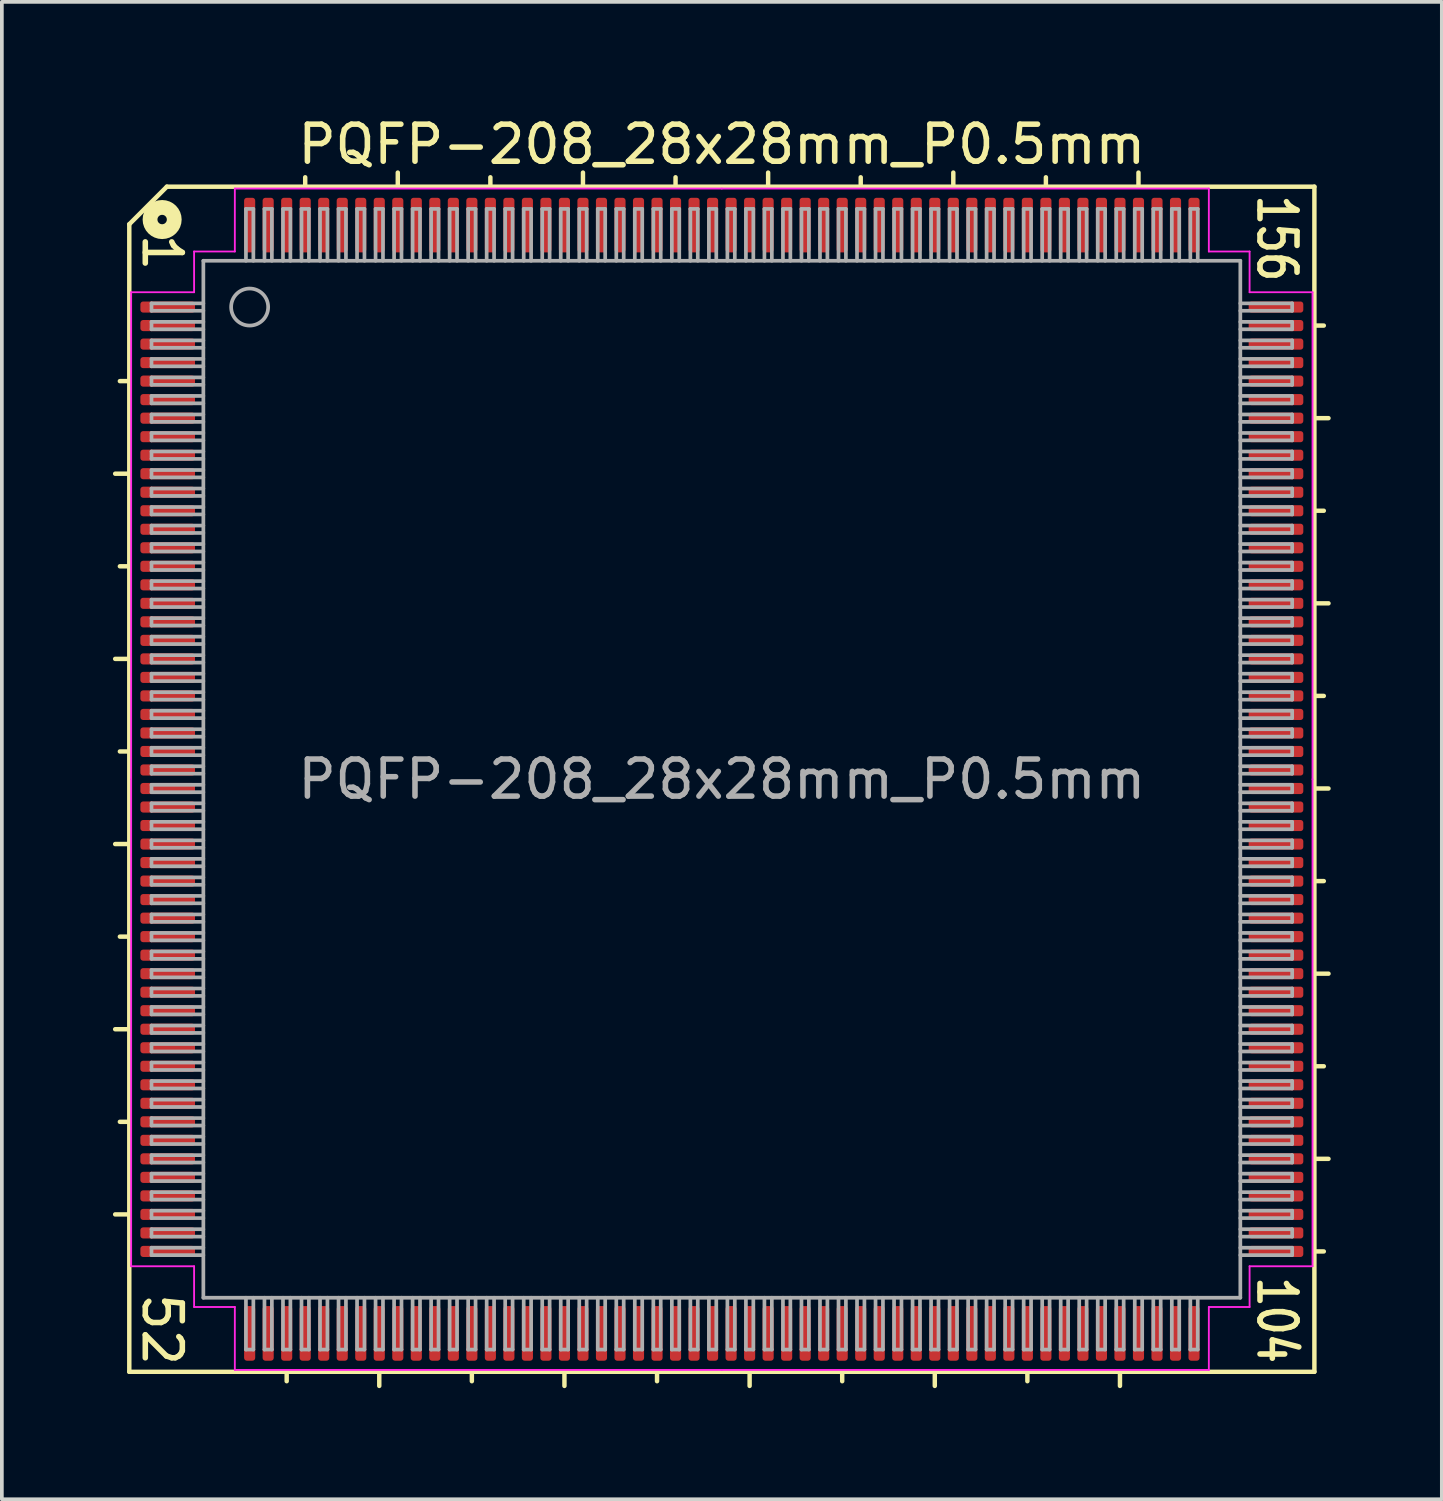
<source format=kicad_pcb>
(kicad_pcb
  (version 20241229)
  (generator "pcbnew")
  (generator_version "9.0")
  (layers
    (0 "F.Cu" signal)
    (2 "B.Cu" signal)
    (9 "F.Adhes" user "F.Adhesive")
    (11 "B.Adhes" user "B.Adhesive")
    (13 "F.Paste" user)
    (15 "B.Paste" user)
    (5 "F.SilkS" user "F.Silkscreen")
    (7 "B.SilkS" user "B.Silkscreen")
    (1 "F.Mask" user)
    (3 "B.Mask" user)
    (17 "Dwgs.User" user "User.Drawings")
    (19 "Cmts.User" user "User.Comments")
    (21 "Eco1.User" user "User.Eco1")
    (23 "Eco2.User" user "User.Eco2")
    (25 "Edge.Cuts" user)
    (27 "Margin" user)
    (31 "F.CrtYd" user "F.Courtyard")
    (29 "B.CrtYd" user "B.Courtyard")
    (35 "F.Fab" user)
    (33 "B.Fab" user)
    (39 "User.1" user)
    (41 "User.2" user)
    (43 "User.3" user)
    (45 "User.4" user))
  (footprint "PQFP-208_28x28mm_P0.5mm"
    (layer "F.Cu")
    (at 16.441 17.991)
    (property "Reference" "PQFP-208_28x28mm_P0.5mm" (at 0 -17.143 0) (layer "F.SilkS") (effects (font (size 1 1) (thickness 0.15))))
    (attr smd)
    (fp_line (start -16 -14.986) (end -16 16) (stroke (width 0.12) (type solid)) (layer "F.SilkS"))
    (fp_line (start -16 -10.75) (end -16.254 -10.75) (stroke (width 0.12) (type solid)) (layer "F.SilkS"))
    (fp_line (start -16 -8.25) (end -16.381 -8.25) (stroke (width 0.12) (type solid)) (layer "F.SilkS"))
    (fp_line (start -16 -5.75) (end -16.254 -5.75) (stroke (width 0.12) (type solid)) (layer "F.SilkS"))
    (fp_line (start -16 -3.25) (end -16.381 -3.25) (stroke (width 0.12) (type solid)) (layer "F.SilkS"))
    (fp_line (start -16 -0.75) (end -16.254 -0.75) (stroke (width 0.12) (type solid)) (layer "F.SilkS"))
    (fp_line (start -16 1.75) (end -16.381 1.75) (stroke (width 0.12) (type solid)) (layer "F.SilkS"))
    (fp_line (start -16 4.25) (end -16.254 4.25) (stroke (width 0.12) (type solid)) (layer "F.SilkS"))
    (fp_line (start -16 6.75) (end -16.381 6.75) (stroke (width 0.12) (type solid)) (layer "F.SilkS"))
    (fp_line (start -16 9.25) (end -16.254 9.25) (stroke (width 0.12) (type solid)) (layer "F.SilkS"))
    (fp_line (start -16 11.75) (end -16.381 11.75) (stroke (width 0.12) (type solid)) (layer "F.SilkS"))
    (fp_line (start -16 16) (end 16 16) (stroke (width 0.12) (type solid)) (layer "F.SilkS"))
    (fp_line (start -14.986 -16) (end -16 -14.986) (stroke (width 0.12) (type solid)) (layer "F.SilkS"))
    (fp_line (start -11.75 16) (end -11.75 16.254) (stroke (width 0.12) (type solid)) (layer "F.SilkS"))
    (fp_line (start -11.25 -16) (end -11.25 -16.254) (stroke (width 0.12) (type solid)) (layer "F.SilkS"))
    (fp_line (start -9.25 16) (end -9.25 16.381) (stroke (width 0.12) (type solid)) (layer "F.SilkS"))
    (fp_line (start -8.75 -16) (end -8.75 -16.381) (stroke (width 0.12) (type solid)) (layer "F.SilkS"))
    (fp_line (start -6.75 16) (end -6.75 16.254) (stroke (width 0.12) (type solid)) (layer "F.SilkS"))
    (fp_line (start -6.25 -16) (end -6.25 -16.254) (stroke (width 0.12) (type solid)) (layer "F.SilkS"))
    (fp_line (start -4.25 16) (end -4.25 16.381) (stroke (width 0.12) (type solid)) (layer "F.SilkS"))
    (fp_line (start -3.75 -16) (end -3.75 -16.381) (stroke (width 0.12) (type solid)) (layer "F.SilkS"))
    (fp_line (start -1.75 16) (end -1.75 16.254) (stroke (width 0.12) (type solid)) (layer "F.SilkS"))
    (fp_line (start -1.25 -16) (end -1.25 -16.254) (stroke (width 0.12) (type solid)) (layer "F.SilkS"))
    (fp_line (start 0.75 16) (end 0.75 16.381) (stroke (width 0.12) (type solid)) (layer "F.SilkS"))
    (fp_line (start 1.25 -16) (end 1.25 -16.381) (stroke (width 0.12) (type solid)) (layer "F.SilkS"))
    (fp_line (start 3.25 16) (end 3.25 16.254) (stroke (width 0.12) (type solid)) (layer "F.SilkS"))
    (fp_line (start 3.75 -16) (end 3.75 -16.254) (stroke (width 0.12) (type solid)) (layer "F.SilkS"))
    (fp_line (start 5.75 16) (end 5.75 16.381) (stroke (width 0.12) (type solid)) (layer "F.SilkS"))
    (fp_line (start 6.25 -16) (end 6.25 -16.381) (stroke (width 0.12) (type solid)) (layer "F.SilkS"))
    (fp_line (start 8.25 16) (end 8.25 16.254) (stroke (width 0.12) (type solid)) (layer "F.SilkS"))
    (fp_line (start 8.75 -16) (end 8.75 -16.254) (stroke (width 0.12) (type solid)) (layer "F.SilkS"))
    (fp_line (start 10.75 16) (end 10.75 16.381) (stroke (width 0.12) (type solid)) (layer "F.SilkS"))
    (fp_line (start 11.25 -16) (end 11.25 -16.381) (stroke (width 0.12) (type solid)) (layer "F.SilkS"))
    (fp_line (start 16 -16) (end -14.986 -16) (stroke (width 0.12) (type solid)) (layer "F.SilkS"))
    (fp_line (start 16 -12.25) (end 16.254 -12.25) (stroke (width 0.12) (type solid)) (layer "F.SilkS"))
    (fp_line (start 16 -9.75) (end 16.381 -9.75) (stroke (width 0.12) (type solid)) (layer "F.SilkS"))
    (fp_line (start 16 -7.25) (end 16.254 -7.25) (stroke (width 0.12) (type solid)) (layer "F.SilkS"))
    (fp_line (start 16 -4.75) (end 16.381 -4.75) (stroke (width 0.12) (type solid)) (layer "F.SilkS"))
    (fp_line (start 16 -2.25) (end 16.254 -2.25) (stroke (width 0.12) (type solid)) (layer "F.SilkS"))
    (fp_line (start 16 0.25) (end 16.381 0.25) (stroke (width 0.12) (type solid)) (layer "F.SilkS"))
    (fp_line (start 16 2.75) (end 16.254 2.75) (stroke (width 0.12) (type solid)) (layer "F.SilkS"))
    (fp_line (start 16 5.25) (end 16.381 5.25) (stroke (width 0.12) (type solid)) (layer "F.SilkS"))
    (fp_line (start 16 7.75) (end 16.254 7.75) (stroke (width 0.12) (type solid)) (layer "F.SilkS"))
    (fp_line (start 16 10.25) (end 16.381 10.25) (stroke (width 0.12) (type solid)) (layer "F.SilkS"))
    (fp_line (start 16 12.75) (end 16.254 12.75) (stroke (width 0.12) (type solid)) (layer "F.SilkS"))
    (fp_line (start 16 16) (end 16 -16) (stroke (width 0.12) (type solid)) (layer "F.SilkS"))
    (fp_circle (center -15.113 -15.113) (end -14.986 -15.113) (stroke (width 0.4) (type solid)) (fill no) (layer "F.SilkS"))
    (fp_line (start -15.95 -13.15) (end -15.95 0) (stroke (width 0.05) (type solid)) (layer "F.CrtYd"))
    (fp_line (start -15.95 13.15) (end -15.95 0) (stroke (width 0.05) (type solid)) (layer "F.CrtYd"))
    (fp_line (start -14.25 -14.25) (end -14.25 -13.15) (stroke (width 0.05) (type solid)) (layer "F.CrtYd"))
    (fp_line (start -14.25 -13.15) (end -15.95 -13.15) (stroke (width 0.05) (type solid)) (layer "F.CrtYd"))
    (fp_line (start -14.25 13.15) (end -15.95 13.15) (stroke (width 0.05) (type solid)) (layer "F.CrtYd"))
    (fp_line (start -14.25 14.25) (end -14.25 13.15) (stroke (width 0.05) (type solid)) (layer "F.CrtYd"))
    (fp_line (start -13.15 -15.95) (end -13.15 -14.25) (stroke (width 0.05) (type solid)) (layer "F.CrtYd"))
    (fp_line (start -13.15 -14.25) (end -14.25 -14.25) (stroke (width 0.05) (type solid)) (layer "F.CrtYd"))
    (fp_line (start -13.15 14.25) (end -14.25 14.25) (stroke (width 0.05) (type solid)) (layer "F.CrtYd"))
    (fp_line (start -13.15 15.95) (end -13.15 14.25) (stroke (width 0.05) (type solid)) (layer "F.CrtYd"))
    (fp_line (start 0 -15.95) (end -13.15 -15.95) (stroke (width 0.05) (type solid)) (layer "F.CrtYd"))
    (fp_line (start 0 -15.95) (end 13.15 -15.95) (stroke (width 0.05) (type solid)) (layer "F.CrtYd"))
    (fp_line (start 0 15.95) (end -13.15 15.95) (stroke (width 0.05) (type solid)) (layer "F.CrtYd"))
    (fp_line (start 0 15.95) (end 13.15 15.95) (stroke (width 0.05) (type solid)) (layer "F.CrtYd"))
    (fp_line (start 13.15 -15.95) (end 13.15 -14.25) (stroke (width 0.05) (type solid)) (layer "F.CrtYd"))
    (fp_line (start 13.15 -14.25) (end 14.25 -14.25) (stroke (width 0.05) (type solid)) (layer "F.CrtYd"))
    (fp_line (start 13.15 14.25) (end 14.25 14.25) (stroke (width 0.05) (type solid)) (layer "F.CrtYd"))
    (fp_line (start 13.15 15.95) (end 13.15 14.25) (stroke (width 0.05) (type solid)) (layer "F.CrtYd"))
    (fp_line (start 14.25 -14.25) (end 14.25 -13.15) (stroke (width 0.05) (type solid)) (layer "F.CrtYd"))
    (fp_line (start 14.25 -13.15) (end 15.95 -13.15) (stroke (width 0.05) (type solid)) (layer "F.CrtYd"))
    (fp_line (start 14.25 13.15) (end 15.95 13.15) (stroke (width 0.05) (type solid)) (layer "F.CrtYd"))
    (fp_line (start 14.25 14.25) (end 14.25 13.15) (stroke (width 0.05) (type solid)) (layer "F.CrtYd"))
    (fp_line (start 15.95 -13.15) (end 15.95 0) (stroke (width 0.05) (type solid)) (layer "F.CrtYd"))
    (fp_line (start 15.95 13.15) (end 15.95 0) (stroke (width 0.05) (type solid)) (layer "F.CrtYd"))
    (fp_line (start -15.4 -12.85) (end -15.4 -12.65) (stroke (width 0.1) (type solid)) (layer "F.Fab"))
    (fp_line (start -15.4 -12.85) (end -14 -12.85) (stroke (width 0.1) (type solid)) (layer "F.Fab"))
    (fp_line (start -15.4 -12.65) (end -14 -12.65) (stroke (width 0.1) (type solid)) (layer "F.Fab"))
    (fp_line (start -15.4 -12.35) (end -15.4 -12.15) (stroke (width 0.1) (type solid)) (layer "F.Fab"))
    (fp_line (start -15.4 -12.35) (end -14 -12.35) (stroke (width 0.1) (type solid)) (layer "F.Fab"))
    (fp_line (start -15.4 -12.15) (end -14 -12.15) (stroke (width 0.1) (type solid)) (layer "F.Fab"))
    (fp_line (start -15.4 -11.85) (end -15.4 -11.65) (stroke (width 0.1) (type solid)) (layer "F.Fab"))
    (fp_line (start -15.4 -11.85) (end -14 -11.85) (stroke (width 0.1) (type solid)) (layer "F.Fab"))
    (fp_line (start -15.4 -11.65) (end -14 -11.65) (stroke (width 0.1) (type solid)) (layer "F.Fab"))
    (fp_line (start -15.4 -11.35) (end -15.4 -11.15) (stroke (width 0.1) (type solid)) (layer "F.Fab"))
    (fp_line (start -15.4 -11.35) (end -14 -11.35) (stroke (width 0.1) (type solid)) (layer "F.Fab"))
    (fp_line (start -15.4 -11.15) (end -14 -11.15) (stroke (width 0.1) (type solid)) (layer "F.Fab"))
    (fp_line (start -15.4 -10.85) (end -15.4 -10.65) (stroke (width 0.1) (type solid)) (layer "F.Fab"))
    (fp_line (start -15.4 -10.85) (end -14 -10.85) (stroke (width 0.1) (type solid)) (layer "F.Fab"))
    (fp_line (start -15.4 -10.65) (end -14 -10.65) (stroke (width 0.1) (type solid)) (layer "F.Fab"))
    (fp_line (start -15.4 -10.35) (end -15.4 -10.15) (stroke (width 0.1) (type solid)) (layer "F.Fab"))
    (fp_line (start -15.4 -10.35) (end -14 -10.35) (stroke (width 0.1) (type solid)) (layer "F.Fab"))
    (fp_line (start -15.4 -10.15) (end -14 -10.15) (stroke (width 0.1) (type solid)) (layer "F.Fab"))
    (fp_line (start -15.4 -9.85) (end -15.4 -9.65) (stroke (width 0.1) (type solid)) (layer "F.Fab"))
    (fp_line (start -15.4 -9.85) (end -14 -9.85) (stroke (width 0.1) (type solid)) (layer "F.Fab"))
    (fp_line (start -15.4 -9.65) (end -14 -9.65) (stroke (width 0.1) (type solid)) (layer "F.Fab"))
    (fp_line (start -15.4 -9.35) (end -15.4 -9.15) (stroke (width 0.1) (type solid)) (layer "F.Fab"))
    (fp_line (start -15.4 -9.35) (end -14 -9.35) (stroke (width 0.1) (type solid)) (layer "F.Fab"))
    (fp_line (start -15.4 -9.15) (end -14 -9.15) (stroke (width 0.1) (type solid)) (layer "F.Fab"))
    (fp_line (start -15.4 -8.85) (end -15.4 -8.65) (stroke (width 0.1) (type solid)) (layer "F.Fab"))
    (fp_line (start -15.4 -8.85) (end -14 -8.85) (stroke (width 0.1) (type solid)) (layer "F.Fab"))
    (fp_line (start -15.4 -8.65) (end -14 -8.65) (stroke (width 0.1) (type solid)) (layer "F.Fab"))
    (fp_line (start -15.4 -8.35) (end -15.4 -8.15) (stroke (width 0.1) (type solid)) (layer "F.Fab"))
    (fp_line (start -15.4 -8.35) (end -14 -8.35) (stroke (width 0.1) (type solid)) (layer "F.Fab"))
    (fp_line (start -15.4 -8.15) (end -14 -8.15) (stroke (width 0.1) (type solid)) (layer "F.Fab"))
    (fp_line (start -15.4 -7.85) (end -15.4 -7.65) (stroke (width 0.1) (type solid)) (layer "F.Fab"))
    (fp_line (start -15.4 -7.85) (end -14 -7.85) (stroke (width 0.1) (type solid)) (layer "F.Fab"))
    (fp_line (start -15.4 -7.65) (end -14 -7.65) (stroke (width 0.1) (type solid)) (layer "F.Fab"))
    (fp_line (start -15.4 -7.35) (end -15.4 -7.15) (stroke (width 0.1) (type solid)) (layer "F.Fab"))
    (fp_line (start -15.4 -7.35) (end -14 -7.35) (stroke (width 0.1) (type solid)) (layer "F.Fab"))
    (fp_line (start -15.4 -7.15) (end -14 -7.15) (stroke (width 0.1) (type solid)) (layer "F.Fab"))
    (fp_line (start -15.4 -6.85) (end -15.4 -6.65) (stroke (width 0.1) (type solid)) (layer "F.Fab"))
    (fp_line (start -15.4 -6.85) (end -14 -6.85) (stroke (width 0.1) (type solid)) (layer "F.Fab"))
    (fp_line (start -15.4 -6.65) (end -14 -6.65) (stroke (width 0.1) (type solid)) (layer "F.Fab"))
    (fp_line (start -15.4 -6.35) (end -15.4 -6.15) (stroke (width 0.1) (type solid)) (layer "F.Fab"))
    (fp_line (start -15.4 -6.35) (end -14 -6.35) (stroke (width 0.1) (type solid)) (layer "F.Fab"))
    (fp_line (start -15.4 -6.15) (end -14 -6.15) (stroke (width 0.1) (type solid)) (layer "F.Fab"))
    (fp_line (start -15.4 -5.85) (end -15.4 -5.65) (stroke (width 0.1) (type solid)) (layer "F.Fab"))
    (fp_line (start -15.4 -5.85) (end -14 -5.85) (stroke (width 0.1) (type solid)) (layer "F.Fab"))
    (fp_line (start -15.4 -5.65) (end -14 -5.65) (stroke (width 0.1) (type solid)) (layer "F.Fab"))
    (fp_line (start -15.4 -5.35) (end -15.4 -5.15) (stroke (width 0.1) (type solid)) (layer "F.Fab"))
    (fp_line (start -15.4 -5.35) (end -14 -5.35) (stroke (width 0.1) (type solid)) (layer "F.Fab"))
    (fp_line (start -15.4 -5.15) (end -14 -5.15) (stroke (width 0.1) (type solid)) (layer "F.Fab"))
    (fp_line (start -15.4 -4.85) (end -15.4 -4.65) (stroke (width 0.1) (type solid)) (layer "F.Fab"))
    (fp_line (start -15.4 -4.85) (end -14 -4.85) (stroke (width 0.1) (type solid)) (layer "F.Fab"))
    (fp_line (start -15.4 -4.65) (end -14 -4.65) (stroke (width 0.1) (type solid)) (layer "F.Fab"))
    (fp_line (start -15.4 -4.35) (end -15.4 -4.15) (stroke (width 0.1) (type solid)) (layer "F.Fab"))
    (fp_line (start -15.4 -4.35) (end -14 -4.35) (stroke (width 0.1) (type solid)) (layer "F.Fab"))
    (fp_line (start -15.4 -4.15) (end -14 -4.15) (stroke (width 0.1) (type solid)) (layer "F.Fab"))
    (fp_line (start -15.4 -3.85) (end -15.4 -3.65) (stroke (width 0.1) (type solid)) (layer "F.Fab"))
    (fp_line (start -15.4 -3.85) (end -14 -3.85) (stroke (width 0.1) (type solid)) (layer "F.Fab"))
    (fp_line (start -15.4 -3.65) (end -14 -3.65) (stroke (width 0.1) (type solid)) (layer "F.Fab"))
    (fp_line (start -15.4 -3.35) (end -15.4 -3.15) (stroke (width 0.1) (type solid)) (layer "F.Fab"))
    (fp_line (start -15.4 -3.35) (end -14 -3.35) (stroke (width 0.1) (type solid)) (layer "F.Fab"))
    (fp_line (start -15.4 -3.15) (end -14 -3.15) (stroke (width 0.1) (type solid)) (layer "F.Fab"))
    (fp_line (start -15.4 -2.85) (end -15.4 -2.65) (stroke (width 0.1) (type solid)) (layer "F.Fab"))
    (fp_line (start -15.4 -2.85) (end -14 -2.85) (stroke (width 0.1) (type solid)) (layer "F.Fab"))
    (fp_line (start -15.4 -2.65) (end -14 -2.65) (stroke (width 0.1) (type solid)) (layer "F.Fab"))
    (fp_line (start -15.4 -2.35) (end -15.4 -2.15) (stroke (width 0.1) (type solid)) (layer "F.Fab"))
    (fp_line (start -15.4 -2.35) (end -14 -2.35) (stroke (width 0.1) (type solid)) (layer "F.Fab"))
    (fp_line (start -15.4 -2.15) (end -14 -2.15) (stroke (width 0.1) (type solid)) (layer "F.Fab"))
    (fp_line (start -15.4 -1.85) (end -15.4 -1.65) (stroke (width 0.1) (type solid)) (layer "F.Fab"))
    (fp_line (start -15.4 -1.85) (end -14 -1.85) (stroke (width 0.1) (type solid)) (layer "F.Fab"))
    (fp_line (start -15.4 -1.65) (end -14 -1.65) (stroke (width 0.1) (type solid)) (layer "F.Fab"))
    (fp_line (start -15.4 -1.35) (end -15.4 -1.15) (stroke (width 0.1) (type solid)) (layer "F.Fab"))
    (fp_line (start -15.4 -1.35) (end -14 -1.35) (stroke (width 0.1) (type solid)) (layer "F.Fab"))
    (fp_line (start -15.4 -1.15) (end -14 -1.15) (stroke (width 0.1) (type solid)) (layer "F.Fab"))
    (fp_line (start -15.4 -0.85) (end -15.4 -0.65) (stroke (width 0.1) (type solid)) (layer "F.Fab"))
    (fp_line (start -15.4 -0.85) (end -14 -0.85) (stroke (width 0.1) (type solid)) (layer "F.Fab"))
    (fp_line (start -15.4 -0.65) (end -14 -0.65) (stroke (width 0.1) (type solid)) (layer "F.Fab"))
    (fp_line (start -15.4 -0.35) (end -15.4 -0.15) (stroke (width 0.1) (type solid)) (layer "F.Fab"))
    (fp_line (start -15.4 -0.35) (end -14 -0.35) (stroke (width 0.1) (type solid)) (layer "F.Fab"))
    (fp_line (start -15.4 -0.15) (end -14 -0.15) (stroke (width 0.1) (type solid)) (layer "F.Fab"))
    (fp_line (start -15.4 0.15) (end -15.4 0.35) (stroke (width 0.1) (type solid)) (layer "F.Fab"))
    (fp_line (start -15.4 0.15) (end -14 0.15) (stroke (width 0.1) (type solid)) (layer "F.Fab"))
    (fp_line (start -15.4 0.35) (end -14 0.35) (stroke (width 0.1) (type solid)) (layer "F.Fab"))
    (fp_line (start -15.4 0.65) (end -15.4 0.85) (stroke (width 0.1) (type solid)) (layer "F.Fab"))
    (fp_line (start -15.4 0.65) (end -14 0.65) (stroke (width 0.1) (type solid)) (layer "F.Fab"))
    (fp_line (start -15.4 0.85) (end -14 0.85) (stroke (width 0.1) (type solid)) (layer "F.Fab"))
    (fp_line (start -15.4 1.15) (end -15.4 1.35) (stroke (width 0.1) (type solid)) (layer "F.Fab"))
    (fp_line (start -15.4 1.15) (end -14 1.15) (stroke (width 0.1) (type solid)) (layer "F.Fab"))
    (fp_line (start -15.4 1.35) (end -14 1.35) (stroke (width 0.1) (type solid)) (layer "F.Fab"))
    (fp_line (start -15.4 1.65) (end -15.4 1.85) (stroke (width 0.1) (type solid)) (layer "F.Fab"))
    (fp_line (start -15.4 1.65) (end -14 1.65) (stroke (width 0.1) (type solid)) (layer "F.Fab"))
    (fp_line (start -15.4 1.85) (end -14 1.85) (stroke (width 0.1) (type solid)) (layer "F.Fab"))
    (fp_line (start -15.4 2.15) (end -15.4 2.35) (stroke (width 0.1) (type solid)) (layer "F.Fab"))
    (fp_line (start -15.4 2.15) (end -14 2.15) (stroke (width 0.1) (type solid)) (layer "F.Fab"))
    (fp_line (start -15.4 2.35) (end -14 2.35) (stroke (width 0.1) (type solid)) (layer "F.Fab"))
    (fp_line (start -15.4 2.65) (end -15.4 2.85) (stroke (width 0.1) (type solid)) (layer "F.Fab"))
    (fp_line (start -15.4 2.65) (end -14 2.65) (stroke (width 0.1) (type solid)) (layer "F.Fab"))
    (fp_line (start -15.4 2.85) (end -14 2.85) (stroke (width 0.1) (type solid)) (layer "F.Fab"))
    (fp_line (start -15.4 3.15) (end -15.4 3.35) (stroke (width 0.1) (type solid)) (layer "F.Fab"))
    (fp_line (start -15.4 3.15) (end -14 3.15) (stroke (width 0.1) (type solid)) (layer "F.Fab"))
    (fp_line (start -15.4 3.35) (end -14 3.35) (stroke (width 0.1) (type solid)) (layer "F.Fab"))
    (fp_line (start -15.4 3.65) (end -15.4 3.85) (stroke (width 0.1) (type solid)) (layer "F.Fab"))
    (fp_line (start -15.4 3.65) (end -14 3.65) (stroke (width 0.1) (type solid)) (layer "F.Fab"))
    (fp_line (start -15.4 3.85) (end -14 3.85) (stroke (width 0.1) (type solid)) (layer "F.Fab"))
    (fp_line (start -15.4 4.15) (end -15.4 4.35) (stroke (width 0.1) (type solid)) (layer "F.Fab"))
    (fp_line (start -15.4 4.15) (end -14 4.15) (stroke (width 0.1) (type solid)) (layer "F.Fab"))
    (fp_line (start -15.4 4.35) (end -14 4.35) (stroke (width 0.1) (type solid)) (layer "F.Fab"))
    (fp_line (start -15.4 4.65) (end -15.4 4.85) (stroke (width 0.1) (type solid)) (layer "F.Fab"))
    (fp_line (start -15.4 4.65) (end -14 4.65) (stroke (width 0.1) (type solid)) (layer "F.Fab"))
    (fp_line (start -15.4 4.85) (end -14 4.85) (stroke (width 0.1) (type solid)) (layer "F.Fab"))
    (fp_line (start -15.4 5.15) (end -15.4 5.35) (stroke (width 0.1) (type solid)) (layer "F.Fab"))
    (fp_line (start -15.4 5.15) (end -14 5.15) (stroke (width 0.1) (type solid)) (layer "F.Fab"))
    (fp_line (start -15.4 5.35) (end -14 5.35) (stroke (width 0.1) (type solid)) (layer "F.Fab"))
    (fp_line (start -15.4 5.65) (end -15.4 5.85) (stroke (width 0.1) (type solid)) (layer "F.Fab"))
    (fp_line (start -15.4 5.65) (end -14 5.65) (stroke (width 0.1) (type solid)) (layer "F.Fab"))
    (fp_line (start -15.4 5.85) (end -14 5.85) (stroke (width 0.1) (type solid)) (layer "F.Fab"))
    (fp_line (start -15.4 6.15) (end -15.4 6.35) (stroke (width 0.1) (type solid)) (layer "F.Fab"))
    (fp_line (start -15.4 6.15) (end -14 6.15) (stroke (width 0.1) (type solid)) (layer "F.Fab"))
    (fp_line (start -15.4 6.35) (end -14 6.35) (stroke (width 0.1) (type solid)) (layer "F.Fab"))
    (fp_line (start -15.4 6.65) (end -15.4 6.85) (stroke (width 0.1) (type solid)) (layer "F.Fab"))
    (fp_line (start -15.4 6.65) (end -14 6.65) (stroke (width 0.1) (type solid)) (layer "F.Fab"))
    (fp_line (start -15.4 6.85) (end -14 6.85) (stroke (width 0.1) (type solid)) (layer "F.Fab"))
    (fp_line (start -15.4 7.15) (end -15.4 7.35) (stroke (width 0.1) (type solid)) (layer "F.Fab"))
    (fp_line (start -15.4 7.15) (end -14 7.15) (stroke (width 0.1) (type solid)) (layer "F.Fab"))
    (fp_line (start -15.4 7.35) (end -14 7.35) (stroke (width 0.1) (type solid)) (layer "F.Fab"))
    (fp_line (start -15.4 7.65) (end -15.4 7.85) (stroke (width 0.1) (type solid)) (layer "F.Fab"))
    (fp_line (start -15.4 7.65) (end -14 7.65) (stroke (width 0.1) (type solid)) (layer "F.Fab"))
    (fp_line (start -15.4 7.85) (end -14 7.85) (stroke (width 0.1) (type solid)) (layer "F.Fab"))
    (fp_line (start -15.4 8.15) (end -15.4 8.35) (stroke (width 0.1) (type solid)) (layer "F.Fab"))
    (fp_line (start -15.4 8.15) (end -14 8.15) (stroke (width 0.1) (type solid)) (layer "F.Fab"))
    (fp_line (start -15.4 8.35) (end -14 8.35) (stroke (width 0.1) (type solid)) (layer "F.Fab"))
    (fp_line (start -15.4 8.65) (end -15.4 8.85) (stroke (width 0.1) (type solid)) (layer "F.Fab"))
    (fp_line (start -15.4 8.65) (end -14 8.65) (stroke (width 0.1) (type solid)) (layer "F.Fab"))
    (fp_line (start -15.4 8.85) (end -14 8.85) (stroke (width 0.1) (type solid)) (layer "F.Fab"))
    (fp_line (start -15.4 9.15) (end -15.4 9.35) (stroke (width 0.1) (type solid)) (layer "F.Fab"))
    (fp_line (start -15.4 9.15) (end -14 9.15) (stroke (width 0.1) (type solid)) (layer "F.Fab"))
    (fp_line (start -15.4 9.35) (end -14 9.35) (stroke (width 0.1) (type solid)) (layer "F.Fab"))
    (fp_line (start -15.4 9.65) (end -15.4 9.85) (stroke (width 0.1) (type solid)) (layer "F.Fab"))
    (fp_line (start -15.4 9.65) (end -14 9.65) (stroke (width 0.1) (type solid)) (layer "F.Fab"))
    (fp_line (start -15.4 9.85) (end -14 9.85) (stroke (width 0.1) (type solid)) (layer "F.Fab"))
    (fp_line (start -15.4 10.15) (end -15.4 10.35) (stroke (width 0.1) (type solid)) (layer "F.Fab"))
    (fp_line (start -15.4 10.15) (end -14 10.15) (stroke (width 0.1) (type solid)) (layer "F.Fab"))
    (fp_line (start -15.4 10.35) (end -14 10.35) (stroke (width 0.1) (type solid)) (layer "F.Fab"))
    (fp_line (start -15.4 10.65) (end -15.4 10.85) (stroke (width 0.1) (type solid)) (layer "F.Fab"))
    (fp_line (start -15.4 10.65) (end -14 10.65) (stroke (width 0.1) (type solid)) (layer "F.Fab"))
    (fp_line (start -15.4 10.85) (end -14 10.85) (stroke (width 0.1) (type solid)) (layer "F.Fab"))
    (fp_line (start -15.4 11.15) (end -15.4 11.35) (stroke (width 0.1) (type solid)) (layer "F.Fab"))
    (fp_line (start -15.4 11.15) (end -14 11.15) (stroke (width 0.1) (type solid)) (layer "F.Fab"))
    (fp_line (start -15.4 11.35) (end -14 11.35) (stroke (width 0.1) (type solid)) (layer "F.Fab"))
    (fp_line (start -15.4 11.65) (end -15.4 11.85) (stroke (width 0.1) (type solid)) (layer "F.Fab"))
    (fp_line (start -15.4 11.65) (end -14 11.65) (stroke (width 0.1) (type solid)) (layer "F.Fab"))
    (fp_line (start -15.4 11.85) (end -14 11.85) (stroke (width 0.1) (type solid)) (layer "F.Fab"))
    (fp_line (start -15.4 12.15) (end -15.4 12.35) (stroke (width 0.1) (type solid)) (layer "F.Fab"))
    (fp_line (start -15.4 12.15) (end -14 12.15) (stroke (width 0.1) (type solid)) (layer "F.Fab"))
    (fp_line (start -15.4 12.35) (end -14 12.35) (stroke (width 0.1) (type solid)) (layer "F.Fab"))
    (fp_line (start -15.4 12.65) (end -15.4 12.85) (stroke (width 0.1) (type solid)) (layer "F.Fab"))
    (fp_line (start -15.4 12.65) (end -14 12.65) (stroke (width 0.1) (type solid)) (layer "F.Fab"))
    (fp_line (start -15.4 12.85) (end -14 12.85) (stroke (width 0.1) (type solid)) (layer "F.Fab"))
    (fp_line (start -14 -14) (end 14 -14) (stroke (width 0.1) (type solid)) (layer "F.Fab"))
    (fp_line (start -14 14) (end -14 -14) (stroke (width 0.1) (type solid)) (layer "F.Fab"))
    (fp_line (start -12.85 -15.4) (end -12.85 -14) (stroke (width 0.1) (type solid)) (layer "F.Fab"))
    (fp_line (start -12.85 15.4) (end -12.85 14) (stroke (width 0.1) (type solid)) (layer "F.Fab"))
    (fp_line (start -12.85 15.4) (end -12.65 15.4) (stroke (width 0.1) (type solid)) (layer "F.Fab"))
    (fp_line (start -12.65 -15.4) (end -12.85 -15.4) (stroke (width 0.1) (type solid)) (layer "F.Fab"))
    (fp_line (start -12.65 -15.4) (end -12.65 -14) (stroke (width 0.1) (type solid)) (layer "F.Fab"))
    (fp_line (start -12.65 15.4) (end -12.65 14) (stroke (width 0.1) (type solid)) (layer "F.Fab"))
    (fp_line (start -12.35 -15.4) (end -12.35 -14) (stroke (width 0.1) (type solid)) (layer "F.Fab"))
    (fp_line (start -12.35 15.4) (end -12.35 14) (stroke (width 0.1) (type solid)) (layer "F.Fab"))
    (fp_line (start -12.35 15.4) (end -12.15 15.4) (stroke (width 0.1) (type solid)) (layer "F.Fab"))
    (fp_line (start -12.15 -15.4) (end -12.35 -15.4) (stroke (width 0.1) (type solid)) (layer "F.Fab"))
    (fp_line (start -12.15 -15.4) (end -12.15 -14) (stroke (width 0.1) (type solid)) (layer "F.Fab"))
    (fp_line (start -12.15 15.4) (end -12.15 14) (stroke (width 0.1) (type solid)) (layer "F.Fab"))
    (fp_line (start -11.85 -15.4) (end -11.85 -14) (stroke (width 0.1) (type solid)) (layer "F.Fab"))
    (fp_line (start -11.85 15.4) (end -11.85 14) (stroke (width 0.1) (type solid)) (layer "F.Fab"))
    (fp_line (start -11.85 15.4) (end -11.65 15.4) (stroke (width 0.1) (type solid)) (layer "F.Fab"))
    (fp_line (start -11.65 -15.4) (end -11.85 -15.4) (stroke (width 0.1) (type solid)) (layer "F.Fab"))
    (fp_line (start -11.65 -15.4) (end -11.65 -14) (stroke (width 0.1) (type solid)) (layer "F.Fab"))
    (fp_line (start -11.65 15.4) (end -11.65 14) (stroke (width 0.1) (type solid)) (layer "F.Fab"))
    (fp_line (start -11.35 -15.4) (end -11.35 -14) (stroke (width 0.1) (type solid)) (layer "F.Fab"))
    (fp_line (start -11.35 15.4) (end -11.35 14) (stroke (width 0.1) (type solid)) (layer "F.Fab"))
    (fp_line (start -11.35 15.4) (end -11.15 15.4) (stroke (width 0.1) (type solid)) (layer "F.Fab"))
    (fp_line (start -11.15 -15.4) (end -11.35 -15.4) (stroke (width 0.1) (type solid)) (layer "F.Fab"))
    (fp_line (start -11.15 -15.4) (end -11.15 -14) (stroke (width 0.1) (type solid)) (layer "F.Fab"))
    (fp_line (start -11.15 15.4) (end -11.15 14) (stroke (width 0.1) (type solid)) (layer "F.Fab"))
    (fp_line (start -10.85 -15.4) (end -10.85 -14) (stroke (width 0.1) (type solid)) (layer "F.Fab"))
    (fp_line (start -10.85 15.4) (end -10.85 14) (stroke (width 0.1) (type solid)) (layer "F.Fab"))
    (fp_line (start -10.85 15.4) (end -10.65 15.4) (stroke (width 0.1) (type solid)) (layer "F.Fab"))
    (fp_line (start -10.65 -15.4) (end -10.85 -15.4) (stroke (width 0.1) (type solid)) (layer "F.Fab"))
    (fp_line (start -10.65 -15.4) (end -10.65 -14) (stroke (width 0.1) (type solid)) (layer "F.Fab"))
    (fp_line (start -10.65 15.4) (end -10.65 14) (stroke (width 0.1) (type solid)) (layer "F.Fab"))
    (fp_line (start -10.35 -15.4) (end -10.35 -14) (stroke (width 0.1) (type solid)) (layer "F.Fab"))
    (fp_line (start -10.35 15.4) (end -10.35 14) (stroke (width 0.1) (type solid)) (layer "F.Fab"))
    (fp_line (start -10.35 15.4) (end -10.15 15.4) (stroke (width 0.1) (type solid)) (layer "F.Fab"))
    (fp_line (start -10.15 -15.4) (end -10.35 -15.4) (stroke (width 0.1) (type solid)) (layer "F.Fab"))
    (fp_line (start -10.15 -15.4) (end -10.15 -14) (stroke (width 0.1) (type solid)) (layer "F.Fab"))
    (fp_line (start -10.15 15.4) (end -10.15 14) (stroke (width 0.1) (type solid)) (layer "F.Fab"))
    (fp_line (start -9.85 -15.4) (end -9.85 -14) (stroke (width 0.1) (type solid)) (layer "F.Fab"))
    (fp_line (start -9.85 15.4) (end -9.85 14) (stroke (width 0.1) (type solid)) (layer "F.Fab"))
    (fp_line (start -9.85 15.4) (end -9.65 15.4) (stroke (width 0.1) (type solid)) (layer "F.Fab"))
    (fp_line (start -9.65 -15.4) (end -9.85 -15.4) (stroke (width 0.1) (type solid)) (layer "F.Fab"))
    (fp_line (start -9.65 -15.4) (end -9.65 -14) (stroke (width 0.1) (type solid)) (layer "F.Fab"))
    (fp_line (start -9.65 15.4) (end -9.65 14) (stroke (width 0.1) (type solid)) (layer "F.Fab"))
    (fp_line (start -9.35 -15.4) (end -9.35 -14) (stroke (width 0.1) (type solid)) (layer "F.Fab"))
    (fp_line (start -9.35 15.4) (end -9.35 14) (stroke (width 0.1) (type solid)) (layer "F.Fab"))
    (fp_line (start -9.35 15.4) (end -9.15 15.4) (stroke (width 0.1) (type solid)) (layer "F.Fab"))
    (fp_line (start -9.15 -15.4) (end -9.35 -15.4) (stroke (width 0.1) (type solid)) (layer "F.Fab"))
    (fp_line (start -9.15 -15.4) (end -9.15 -14) (stroke (width 0.1) (type solid)) (layer "F.Fab"))
    (fp_line (start -9.15 15.4) (end -9.15 14) (stroke (width 0.1) (type solid)) (layer "F.Fab"))
    (fp_line (start -8.85 -15.4) (end -8.85 -14) (stroke (width 0.1) (type solid)) (layer "F.Fab"))
    (fp_line (start -8.85 15.4) (end -8.85 14) (stroke (width 0.1) (type solid)) (layer "F.Fab"))
    (fp_line (start -8.85 15.4) (end -8.65 15.4) (stroke (width 0.1) (type solid)) (layer "F.Fab"))
    (fp_line (start -8.65 -15.4) (end -8.85 -15.4) (stroke (width 0.1) (type solid)) (layer "F.Fab"))
    (fp_line (start -8.65 -15.4) (end -8.65 -14) (stroke (width 0.1) (type solid)) (layer "F.Fab"))
    (fp_line (start -8.65 15.4) (end -8.65 14) (stroke (width 0.1) (type solid)) (layer "F.Fab"))
    (fp_line (start -8.35 -15.4) (end -8.35 -14) (stroke (width 0.1) (type solid)) (layer "F.Fab"))
    (fp_line (start -8.35 15.4) (end -8.35 14) (stroke (width 0.1) (type solid)) (layer "F.Fab"))
    (fp_line (start -8.35 15.4) (end -8.15 15.4) (stroke (width 0.1) (type solid)) (layer "F.Fab"))
    (fp_line (start -8.15 -15.4) (end -8.35 -15.4) (stroke (width 0.1) (type solid)) (layer "F.Fab"))
    (fp_line (start -8.15 -15.4) (end -8.15 -14) (stroke (width 0.1) (type solid)) (layer "F.Fab"))
    (fp_line (start -8.15 15.4) (end -8.15 14) (stroke (width 0.1) (type solid)) (layer "F.Fab"))
    (fp_line (start -7.85 -15.4) (end -7.85 -14) (stroke (width 0.1) (type solid)) (layer "F.Fab"))
    (fp_line (start -7.85 15.4) (end -7.85 14) (stroke (width 0.1) (type solid)) (layer "F.Fab"))
    (fp_line (start -7.85 15.4) (end -7.65 15.4) (stroke (width 0.1) (type solid)) (layer "F.Fab"))
    (fp_line (start -7.65 -15.4) (end -7.85 -15.4) (stroke (width 0.1) (type solid)) (layer "F.Fab"))
    (fp_line (start -7.65 -15.4) (end -7.65 -14) (stroke (width 0.1) (type solid)) (layer "F.Fab"))
    (fp_line (start -7.65 15.4) (end -7.65 14) (stroke (width 0.1) (type solid)) (layer "F.Fab"))
    (fp_line (start -7.35 -15.4) (end -7.35 -14) (stroke (width 0.1) (type solid)) (layer "F.Fab"))
    (fp_line (start -7.35 15.4) (end -7.35 14) (stroke (width 0.1) (type solid)) (layer "F.Fab"))
    (fp_line (start -7.35 15.4) (end -7.15 15.4) (stroke (width 0.1) (type solid)) (layer "F.Fab"))
    (fp_line (start -7.15 -15.4) (end -7.35 -15.4) (stroke (width 0.1) (type solid)) (layer "F.Fab"))
    (fp_line (start -7.15 -15.4) (end -7.15 -14) (stroke (width 0.1) (type solid)) (layer "F.Fab"))
    (fp_line (start -7.15 15.4) (end -7.15 14) (stroke (width 0.1) (type solid)) (layer "F.Fab"))
    (fp_line (start -6.85 -15.4) (end -6.85 -14) (stroke (width 0.1) (type solid)) (layer "F.Fab"))
    (fp_line (start -6.85 15.4) (end -6.85 14) (stroke (width 0.1) (type solid)) (layer "F.Fab"))
    (fp_line (start -6.85 15.4) (end -6.65 15.4) (stroke (width 0.1) (type solid)) (layer "F.Fab"))
    (fp_line (start -6.65 -15.4) (end -6.85 -15.4) (stroke (width 0.1) (type solid)) (layer "F.Fab"))
    (fp_line (start -6.65 -15.4) (end -6.65 -14) (stroke (width 0.1) (type solid)) (layer "F.Fab"))
    (fp_line (start -6.65 15.4) (end -6.65 14) (stroke (width 0.1) (type solid)) (layer "F.Fab"))
    (fp_line (start -6.35 -15.4) (end -6.35 -14) (stroke (width 0.1) (type solid)) (layer "F.Fab"))
    (fp_line (start -6.35 15.4) (end -6.35 14) (stroke (width 0.1) (type solid)) (layer "F.Fab"))
    (fp_line (start -6.35 15.4) (end -6.15 15.4) (stroke (width 0.1) (type solid)) (layer "F.Fab"))
    (fp_line (start -6.15 -15.4) (end -6.35 -15.4) (stroke (width 0.1) (type solid)) (layer "F.Fab"))
    (fp_line (start -6.15 -15.4) (end -6.15 -14) (stroke (width 0.1) (type solid)) (layer "F.Fab"))
    (fp_line (start -6.15 15.4) (end -6.15 14) (stroke (width 0.1) (type solid)) (layer "F.Fab"))
    (fp_line (start -5.85 -15.4) (end -5.85 -14) (stroke (width 0.1) (type solid)) (layer "F.Fab"))
    (fp_line (start -5.85 15.4) (end -5.85 14) (stroke (width 0.1) (type solid)) (layer "F.Fab"))
    (fp_line (start -5.85 15.4) (end -5.65 15.4) (stroke (width 0.1) (type solid)) (layer "F.Fab"))
    (fp_line (start -5.65 -15.4) (end -5.85 -15.4) (stroke (width 0.1) (type solid)) (layer "F.Fab"))
    (fp_line (start -5.65 -15.4) (end -5.65 -14) (stroke (width 0.1) (type solid)) (layer "F.Fab"))
    (fp_line (start -5.65 15.4) (end -5.65 14) (stroke (width 0.1) (type solid)) (layer "F.Fab"))
    (fp_line (start -5.35 -15.4) (end -5.35 -14) (stroke (width 0.1) (type solid)) (layer "F.Fab"))
    (fp_line (start -5.35 15.4) (end -5.35 14) (stroke (width 0.1) (type solid)) (layer "F.Fab"))
    (fp_line (start -5.35 15.4) (end -5.15 15.4) (stroke (width 0.1) (type solid)) (layer "F.Fab"))
    (fp_line (start -5.15 -15.4) (end -5.35 -15.4) (stroke (width 0.1) (type solid)) (layer "F.Fab"))
    (fp_line (start -5.15 -15.4) (end -5.15 -14) (stroke (width 0.1) (type solid)) (layer "F.Fab"))
    (fp_line (start -5.15 15.4) (end -5.15 14) (stroke (width 0.1) (type solid)) (layer "F.Fab"))
    (fp_line (start -4.85 -15.4) (end -4.85 -14) (stroke (width 0.1) (type solid)) (layer "F.Fab"))
    (fp_line (start -4.85 15.4) (end -4.85 14) (stroke (width 0.1) (type solid)) (layer "F.Fab"))
    (fp_line (start -4.85 15.4) (end -4.65 15.4) (stroke (width 0.1) (type solid)) (layer "F.Fab"))
    (fp_line (start -4.65 -15.4) (end -4.85 -15.4) (stroke (width 0.1) (type solid)) (layer "F.Fab"))
    (fp_line (start -4.65 -15.4) (end -4.65 -14) (stroke (width 0.1) (type solid)) (layer "F.Fab"))
    (fp_line (start -4.65 15.4) (end -4.65 14) (stroke (width 0.1) (type solid)) (layer "F.Fab"))
    (fp_line (start -4.35 -15.4) (end -4.35 -14) (stroke (width 0.1) (type solid)) (layer "F.Fab"))
    (fp_line (start -4.35 15.4) (end -4.35 14) (stroke (width 0.1) (type solid)) (layer "F.Fab"))
    (fp_line (start -4.35 15.4) (end -4.15 15.4) (stroke (width 0.1) (type solid)) (layer "F.Fab"))
    (fp_line (start -4.15 -15.4) (end -4.35 -15.4) (stroke (width 0.1) (type solid)) (layer "F.Fab"))
    (fp_line (start -4.15 -15.4) (end -4.15 -14) (stroke (width 0.1) (type solid)) (layer "F.Fab"))
    (fp_line (start -4.15 15.4) (end -4.15 14) (stroke (width 0.1) (type solid)) (layer "F.Fab"))
    (fp_line (start -3.85 -15.4) (end -3.85 -14) (stroke (width 0.1) (type solid)) (layer "F.Fab"))
    (fp_line (start -3.85 15.4) (end -3.85 14) (stroke (width 0.1) (type solid)) (layer "F.Fab"))
    (fp_line (start -3.85 15.4) (end -3.65 15.4) (stroke (width 0.1) (type solid)) (layer "F.Fab"))
    (fp_line (start -3.65 -15.4) (end -3.85 -15.4) (stroke (width 0.1) (type solid)) (layer "F.Fab"))
    (fp_line (start -3.65 -15.4) (end -3.65 -14) (stroke (width 0.1) (type solid)) (layer "F.Fab"))
    (fp_line (start -3.65 15.4) (end -3.65 14) (stroke (width 0.1) (type solid)) (layer "F.Fab"))
    (fp_line (start -3.35 -15.4) (end -3.35 -14) (stroke (width 0.1) (type solid)) (layer "F.Fab"))
    (fp_line (start -3.35 15.4) (end -3.35 14) (stroke (width 0.1) (type solid)) (layer "F.Fab"))
    (fp_line (start -3.35 15.4) (end -3.15 15.4) (stroke (width 0.1) (type solid)) (layer "F.Fab"))
    (fp_line (start -3.15 -15.4) (end -3.35 -15.4) (stroke (width 0.1) (type solid)) (layer "F.Fab"))
    (fp_line (start -3.15 -15.4) (end -3.15 -14) (stroke (width 0.1) (type solid)) (layer "F.Fab"))
    (fp_line (start -3.15 15.4) (end -3.15 14) (stroke (width 0.1) (type solid)) (layer "F.Fab"))
    (fp_line (start -2.85 -15.4) (end -2.85 -14) (stroke (width 0.1) (type solid)) (layer "F.Fab"))
    (fp_line (start -2.85 15.4) (end -2.85 14) (stroke (width 0.1) (type solid)) (layer "F.Fab"))
    (fp_line (start -2.85 15.4) (end -2.65 15.4) (stroke (width 0.1) (type solid)) (layer "F.Fab"))
    (fp_line (start -2.65 -15.4) (end -2.85 -15.4) (stroke (width 0.1) (type solid)) (layer "F.Fab"))
    (fp_line (start -2.65 -15.4) (end -2.65 -14) (stroke (width 0.1) (type solid)) (layer "F.Fab"))
    (fp_line (start -2.65 15.4) (end -2.65 14) (stroke (width 0.1) (type solid)) (layer "F.Fab"))
    (fp_line (start -2.35 -15.4) (end -2.35 -14) (stroke (width 0.1) (type solid)) (layer "F.Fab"))
    (fp_line (start -2.35 15.4) (end -2.35 14) (stroke (width 0.1) (type solid)) (layer "F.Fab"))
    (fp_line (start -2.35 15.4) (end -2.15 15.4) (stroke (width 0.1) (type solid)) (layer "F.Fab"))
    (fp_line (start -2.15 -15.4) (end -2.35 -15.4) (stroke (width 0.1) (type solid)) (layer "F.Fab"))
    (fp_line (start -2.15 -15.4) (end -2.15 -14) (stroke (width 0.1) (type solid)) (layer "F.Fab"))
    (fp_line (start -2.15 15.4) (end -2.15 14) (stroke (width 0.1) (type solid)) (layer "F.Fab"))
    (fp_line (start -1.85 -15.4) (end -1.85 -14) (stroke (width 0.1) (type solid)) (layer "F.Fab"))
    (fp_line (start -1.85 15.4) (end -1.85 14) (stroke (width 0.1) (type solid)) (layer "F.Fab"))
    (fp_line (start -1.85 15.4) (end -1.65 15.4) (stroke (width 0.1) (type solid)) (layer "F.Fab"))
    (fp_line (start -1.65 -15.4) (end -1.85 -15.4) (stroke (width 0.1) (type solid)) (layer "F.Fab"))
    (fp_line (start -1.65 -15.4) (end -1.65 -14) (stroke (width 0.1) (type solid)) (layer "F.Fab"))
    (fp_line (start -1.65 15.4) (end -1.65 14) (stroke (width 0.1) (type solid)) (layer "F.Fab"))
    (fp_line (start -1.35 -15.4) (end -1.35 -14) (stroke (width 0.1) (type solid)) (layer "F.Fab"))
    (fp_line (start -1.35 15.4) (end -1.35 14) (stroke (width 0.1) (type solid)) (layer "F.Fab"))
    (fp_line (start -1.35 15.4) (end -1.15 15.4) (stroke (width 0.1) (type solid)) (layer "F.Fab"))
    (fp_line (start -1.15 -15.4) (end -1.35 -15.4) (stroke (width 0.1) (type solid)) (layer "F.Fab"))
    (fp_line (start -1.15 -15.4) (end -1.15 -14) (stroke (width 0.1) (type solid)) (layer "F.Fab"))
    (fp_line (start -1.15 15.4) (end -1.15 14) (stroke (width 0.1) (type solid)) (layer "F.Fab"))
    (fp_line (start -0.85 -15.4) (end -0.85 -14) (stroke (width 0.1) (type solid)) (layer "F.Fab"))
    (fp_line (start -0.85 15.4) (end -0.85 14) (stroke (width 0.1) (type solid)) (layer "F.Fab"))
    (fp_line (start -0.85 15.4) (end -0.65 15.4) (stroke (width 0.1) (type solid)) (layer "F.Fab"))
    (fp_line (start -0.65 -15.4) (end -0.85 -15.4) (stroke (width 0.1) (type solid)) (layer "F.Fab"))
    (fp_line (start -0.65 -15.4) (end -0.65 -14) (stroke (width 0.1) (type solid)) (layer "F.Fab"))
    (fp_line (start -0.65 15.4) (end -0.65 14) (stroke (width 0.1) (type solid)) (layer "F.Fab"))
    (fp_line (start -0.35 -15.4) (end -0.35 -14) (stroke (width 0.1) (type solid)) (layer "F.Fab"))
    (fp_line (start -0.35 15.4) (end -0.35 14) (stroke (width 0.1) (type solid)) (layer "F.Fab"))
    (fp_line (start -0.35 15.4) (end -0.15 15.4) (stroke (width 0.1) (type solid)) (layer "F.Fab"))
    (fp_line (start -0.15 -15.4) (end -0.35 -15.4) (stroke (width 0.1) (type solid)) (layer "F.Fab"))
    (fp_line (start -0.15 -15.4) (end -0.15 -14) (stroke (width 0.1) (type solid)) (layer "F.Fab"))
    (fp_line (start -0.15 15.4) (end -0.15 14) (stroke (width 0.1) (type solid)) (layer "F.Fab"))
    (fp_line (start 0.15 -15.4) (end 0.15 -14) (stroke (width 0.1) (type solid)) (layer "F.Fab"))
    (fp_line (start 0.15 15.4) (end 0.15 14) (stroke (width 0.1) (type solid)) (layer "F.Fab"))
    (fp_line (start 0.15 15.4) (end 0.35 15.4) (stroke (width 0.1) (type solid)) (layer "F.Fab"))
    (fp_line (start 0.35 -15.4) (end 0.15 -15.4) (stroke (width 0.1) (type solid)) (layer "F.Fab"))
    (fp_line (start 0.35 -15.4) (end 0.35 -14) (stroke (width 0.1) (type solid)) (layer "F.Fab"))
    (fp_line (start 0.35 15.4) (end 0.35 14) (stroke (width 0.1) (type solid)) (layer "F.Fab"))
    (fp_line (start 0.65 -15.4) (end 0.65 -14) (stroke (width 0.1) (type solid)) (layer "F.Fab"))
    (fp_line (start 0.65 15.4) (end 0.65 14) (stroke (width 0.1) (type solid)) (layer "F.Fab"))
    (fp_line (start 0.65 15.4) (end 0.85 15.4) (stroke (width 0.1) (type solid)) (layer "F.Fab"))
    (fp_line (start 0.85 -15.4) (end 0.65 -15.4) (stroke (width 0.1) (type solid)) (layer "F.Fab"))
    (fp_line (start 0.85 -15.4) (end 0.85 -14) (stroke (width 0.1) (type solid)) (layer "F.Fab"))
    (fp_line (start 0.85 15.4) (end 0.85 14) (stroke (width 0.1) (type solid)) (layer "F.Fab"))
    (fp_line (start 1.15 -15.4) (end 1.15 -14) (stroke (width 0.1) (type solid)) (layer "F.Fab"))
    (fp_line (start 1.15 15.4) (end 1.15 14) (stroke (width 0.1) (type solid)) (layer "F.Fab"))
    (fp_line (start 1.15 15.4) (end 1.35 15.4) (stroke (width 0.1) (type solid)) (layer "F.Fab"))
    (fp_line (start 1.35 -15.4) (end 1.15 -15.4) (stroke (width 0.1) (type solid)) (layer "F.Fab"))
    (fp_line (start 1.35 -15.4) (end 1.35 -14) (stroke (width 0.1) (type solid)) (layer "F.Fab"))
    (fp_line (start 1.35 15.4) (end 1.35 14) (stroke (width 0.1) (type solid)) (layer "F.Fab"))
    (fp_line (start 1.65 -15.4) (end 1.65 -14) (stroke (width 0.1) (type solid)) (layer "F.Fab"))
    (fp_line (start 1.65 15.4) (end 1.65 14) (stroke (width 0.1) (type solid)) (layer "F.Fab"))
    (fp_line (start 1.65 15.4) (end 1.85 15.4) (stroke (width 0.1) (type solid)) (layer "F.Fab"))
    (fp_line (start 1.85 -15.4) (end 1.65 -15.4) (stroke (width 0.1) (type solid)) (layer "F.Fab"))
    (fp_line (start 1.85 -15.4) (end 1.85 -14) (stroke (width 0.1) (type solid)) (layer "F.Fab"))
    (fp_line (start 1.85 15.4) (end 1.85 14) (stroke (width 0.1) (type solid)) (layer "F.Fab"))
    (fp_line (start 2.15 -15.4) (end 2.15 -14) (stroke (width 0.1) (type solid)) (layer "F.Fab"))
    (fp_line (start 2.15 15.4) (end 2.15 14) (stroke (width 0.1) (type solid)) (layer "F.Fab"))
    (fp_line (start 2.15 15.4) (end 2.35 15.4) (stroke (width 0.1) (type solid)) (layer "F.Fab"))
    (fp_line (start 2.35 -15.4) (end 2.15 -15.4) (stroke (width 0.1) (type solid)) (layer "F.Fab"))
    (fp_line (start 2.35 -15.4) (end 2.35 -14) (stroke (width 0.1) (type solid)) (layer "F.Fab"))
    (fp_line (start 2.35 15.4) (end 2.35 14) (stroke (width 0.1) (type solid)) (layer "F.Fab"))
    (fp_line (start 2.65 -15.4) (end 2.65 -14) (stroke (width 0.1) (type solid)) (layer "F.Fab"))
    (fp_line (start 2.65 15.4) (end 2.65 14) (stroke (width 0.1) (type solid)) (layer "F.Fab"))
    (fp_line (start 2.65 15.4) (end 2.85 15.4) (stroke (width 0.1) (type solid)) (layer "F.Fab"))
    (fp_line (start 2.85 -15.4) (end 2.65 -15.4) (stroke (width 0.1) (type solid)) (layer "F.Fab"))
    (fp_line (start 2.85 -15.4) (end 2.85 -14) (stroke (width 0.1) (type solid)) (layer "F.Fab"))
    (fp_line (start 2.85 15.4) (end 2.85 14) (stroke (width 0.1) (type solid)) (layer "F.Fab"))
    (fp_line (start 3.15 -15.4) (end 3.15 -14) (stroke (width 0.1) (type solid)) (layer "F.Fab"))
    (fp_line (start 3.15 15.4) (end 3.15 14) (stroke (width 0.1) (type solid)) (layer "F.Fab"))
    (fp_line (start 3.15 15.4) (end 3.35 15.4) (stroke (width 0.1) (type solid)) (layer "F.Fab"))
    (fp_line (start 3.35 -15.4) (end 3.15 -15.4) (stroke (width 0.1) (type solid)) (layer "F.Fab"))
    (fp_line (start 3.35 -15.4) (end 3.35 -14) (stroke (width 0.1) (type solid)) (layer "F.Fab"))
    (fp_line (start 3.35 15.4) (end 3.35 14) (stroke (width 0.1) (type solid)) (layer "F.Fab"))
    (fp_line (start 3.65 -15.4) (end 3.65 -14) (stroke (width 0.1) (type solid)) (layer "F.Fab"))
    (fp_line (start 3.65 15.4) (end 3.65 14) (stroke (width 0.1) (type solid)) (layer "F.Fab"))
    (fp_line (start 3.65 15.4) (end 3.85 15.4) (stroke (width 0.1) (type solid)) (layer "F.Fab"))
    (fp_line (start 3.85 -15.4) (end 3.65 -15.4) (stroke (width 0.1) (type solid)) (layer "F.Fab"))
    (fp_line (start 3.85 -15.4) (end 3.85 -14) (stroke (width 0.1) (type solid)) (layer "F.Fab"))
    (fp_line (start 3.85 15.4) (end 3.85 14) (stroke (width 0.1) (type solid)) (layer "F.Fab"))
    (fp_line (start 4.15 -15.4) (end 4.15 -14) (stroke (width 0.1) (type solid)) (layer "F.Fab"))
    (fp_line (start 4.15 15.4) (end 4.15 14) (stroke (width 0.1) (type solid)) (layer "F.Fab"))
    (fp_line (start 4.15 15.4) (end 4.35 15.4) (stroke (width 0.1) (type solid)) (layer "F.Fab"))
    (fp_line (start 4.35 -15.4) (end 4.15 -15.4) (stroke (width 0.1) (type solid)) (layer "F.Fab"))
    (fp_line (start 4.35 -15.4) (end 4.35 -14) (stroke (width 0.1) (type solid)) (layer "F.Fab"))
    (fp_line (start 4.35 15.4) (end 4.35 14) (stroke (width 0.1) (type solid)) (layer "F.Fab"))
    (fp_line (start 4.65 -15.4) (end 4.65 -14) (stroke (width 0.1) (type solid)) (layer "F.Fab"))
    (fp_line (start 4.65 15.4) (end 4.65 14) (stroke (width 0.1) (type solid)) (layer "F.Fab"))
    (fp_line (start 4.65 15.4) (end 4.85 15.4) (stroke (width 0.1) (type solid)) (layer "F.Fab"))
    (fp_line (start 4.85 -15.4) (end 4.65 -15.4) (stroke (width 0.1) (type solid)) (layer "F.Fab"))
    (fp_line (start 4.85 -15.4) (end 4.85 -14) (stroke (width 0.1) (type solid)) (layer "F.Fab"))
    (fp_line (start 4.85 15.4) (end 4.85 14) (stroke (width 0.1) (type solid)) (layer "F.Fab"))
    (fp_line (start 5.15 -15.4) (end 5.15 -14) (stroke (width 0.1) (type solid)) (layer "F.Fab"))
    (fp_line (start 5.15 15.4) (end 5.15 14) (stroke (width 0.1) (type solid)) (layer "F.Fab"))
    (fp_line (start 5.15 15.4) (end 5.35 15.4) (stroke (width 0.1) (type solid)) (layer "F.Fab"))
    (fp_line (start 5.35 -15.4) (end 5.15 -15.4) (stroke (width 0.1) (type solid)) (layer "F.Fab"))
    (fp_line (start 5.35 -15.4) (end 5.35 -14) (stroke (width 0.1) (type solid)) (layer "F.Fab"))
    (fp_line (start 5.35 15.4) (end 5.35 14) (stroke (width 0.1) (type solid)) (layer "F.Fab"))
    (fp_line (start 5.65 -15.4) (end 5.65 -14) (stroke (width 0.1) (type solid)) (layer "F.Fab"))
    (fp_line (start 5.65 15.4) (end 5.65 14) (stroke (width 0.1) (type solid)) (layer "F.Fab"))
    (fp_line (start 5.65 15.4) (end 5.85 15.4) (stroke (width 0.1) (type solid)) (layer "F.Fab"))
    (fp_line (start 5.85 -15.4) (end 5.65 -15.4) (stroke (width 0.1) (type solid)) (layer "F.Fab"))
    (fp_line (start 5.85 -15.4) (end 5.85 -14) (stroke (width 0.1) (type solid)) (layer "F.Fab"))
    (fp_line (start 5.85 15.4) (end 5.85 14) (stroke (width 0.1) (type solid)) (layer "F.Fab"))
    (fp_line (start 6.15 -15.4) (end 6.15 -14) (stroke (width 0.1) (type solid)) (layer "F.Fab"))
    (fp_line (start 6.15 15.4) (end 6.15 14) (stroke (width 0.1) (type solid)) (layer "F.Fab"))
    (fp_line (start 6.15 15.4) (end 6.35 15.4) (stroke (width 0.1) (type solid)) (layer "F.Fab"))
    (fp_line (start 6.35 -15.4) (end 6.15 -15.4) (stroke (width 0.1) (type solid)) (layer "F.Fab"))
    (fp_line (start 6.35 -15.4) (end 6.35 -14) (stroke (width 0.1) (type solid)) (layer "F.Fab"))
    (fp_line (start 6.35 15.4) (end 6.35 14) (stroke (width 0.1) (type solid)) (layer "F.Fab"))
    (fp_line (start 6.65 -15.4) (end 6.65 -14) (stroke (width 0.1) (type solid)) (layer "F.Fab"))
    (fp_line (start 6.65 15.4) (end 6.65 14) (stroke (width 0.1) (type solid)) (layer "F.Fab"))
    (fp_line (start 6.65 15.4) (end 6.85 15.4) (stroke (width 0.1) (type solid)) (layer "F.Fab"))
    (fp_line (start 6.85 -15.4) (end 6.65 -15.4) (stroke (width 0.1) (type solid)) (layer "F.Fab"))
    (fp_line (start 6.85 -15.4) (end 6.85 -14) (stroke (width 0.1) (type solid)) (layer "F.Fab"))
    (fp_line (start 6.85 15.4) (end 6.85 14) (stroke (width 0.1) (type solid)) (layer "F.Fab"))
    (fp_line (start 7.15 -15.4) (end 7.15 -14) (stroke (width 0.1) (type solid)) (layer "F.Fab"))
    (fp_line (start 7.15 15.4) (end 7.15 14) (stroke (width 0.1) (type solid)) (layer "F.Fab"))
    (fp_line (start 7.15 15.4) (end 7.35 15.4) (stroke (width 0.1) (type solid)) (layer "F.Fab"))
    (fp_line (start 7.35 -15.4) (end 7.15 -15.4) (stroke (width 0.1) (type solid)) (layer "F.Fab"))
    (fp_line (start 7.35 -15.4) (end 7.35 -14) (stroke (width 0.1) (type solid)) (layer "F.Fab"))
    (fp_line (start 7.35 15.4) (end 7.35 14) (stroke (width 0.1) (type solid)) (layer "F.Fab"))
    (fp_line (start 7.65 -15.4) (end 7.65 -14) (stroke (width 0.1) (type solid)) (layer "F.Fab"))
    (fp_line (start 7.65 15.4) (end 7.65 14) (stroke (width 0.1) (type solid)) (layer "F.Fab"))
    (fp_line (start 7.65 15.4) (end 7.85 15.4) (stroke (width 0.1) (type solid)) (layer "F.Fab"))
    (fp_line (start 7.85 -15.4) (end 7.65 -15.4) (stroke (width 0.1) (type solid)) (layer "F.Fab"))
    (fp_line (start 7.85 -15.4) (end 7.85 -14) (stroke (width 0.1) (type solid)) (layer "F.Fab"))
    (fp_line (start 7.85 15.4) (end 7.85 14) (stroke (width 0.1) (type solid)) (layer "F.Fab"))
    (fp_line (start 8.15 -15.4) (end 8.15 -14) (stroke (width 0.1) (type solid)) (layer "F.Fab"))
    (fp_line (start 8.15 15.4) (end 8.15 14) (stroke (width 0.1) (type solid)) (layer "F.Fab"))
    (fp_line (start 8.15 15.4) (end 8.35 15.4) (stroke (width 0.1) (type solid)) (layer "F.Fab"))
    (fp_line (start 8.35 -15.4) (end 8.15 -15.4) (stroke (width 0.1) (type solid)) (layer "F.Fab"))
    (fp_line (start 8.35 -15.4) (end 8.35 -14) (stroke (width 0.1) (type solid)) (layer "F.Fab"))
    (fp_line (start 8.35 15.4) (end 8.35 14) (stroke (width 0.1) (type solid)) (layer "F.Fab"))
    (fp_line (start 8.65 -15.4) (end 8.65 -14) (stroke (width 0.1) (type solid)) (layer "F.Fab"))
    (fp_line (start 8.65 15.4) (end 8.65 14) (stroke (width 0.1) (type solid)) (layer "F.Fab"))
    (fp_line (start 8.65 15.4) (end 8.85 15.4) (stroke (width 0.1) (type solid)) (layer "F.Fab"))
    (fp_line (start 8.85 -15.4) (end 8.65 -15.4) (stroke (width 0.1) (type solid)) (layer "F.Fab"))
    (fp_line (start 8.85 -15.4) (end 8.85 -14) (stroke (width 0.1) (type solid)) (layer "F.Fab"))
    (fp_line (start 8.85 15.4) (end 8.85 14) (stroke (width 0.1) (type solid)) (layer "F.Fab"))
    (fp_line (start 9.15 -15.4) (end 9.15 -14) (stroke (width 0.1) (type solid)) (layer "F.Fab"))
    (fp_line (start 9.15 15.4) (end 9.15 14) (stroke (width 0.1) (type solid)) (layer "F.Fab"))
    (fp_line (start 9.15 15.4) (end 9.35 15.4) (stroke (width 0.1) (type solid)) (layer "F.Fab"))
    (fp_line (start 9.35 -15.4) (end 9.15 -15.4) (stroke (width 0.1) (type solid)) (layer "F.Fab"))
    (fp_line (start 9.35 -15.4) (end 9.35 -14) (stroke (width 0.1) (type solid)) (layer "F.Fab"))
    (fp_line (start 9.35 15.4) (end 9.35 14) (stroke (width 0.1) (type solid)) (layer "F.Fab"))
    (fp_line (start 9.65 -15.4) (end 9.65 -14) (stroke (width 0.1) (type solid)) (layer "F.Fab"))
    (fp_line (start 9.65 15.4) (end 9.65 14) (stroke (width 0.1) (type solid)) (layer "F.Fab"))
    (fp_line (start 9.65 15.4) (end 9.85 15.4) (stroke (width 0.1) (type solid)) (layer "F.Fab"))
    (fp_line (start 9.85 -15.4) (end 9.65 -15.4) (stroke (width 0.1) (type solid)) (layer "F.Fab"))
    (fp_line (start 9.85 -15.4) (end 9.85 -14) (stroke (width 0.1) (type solid)) (layer "F.Fab"))
    (fp_line (start 9.85 15.4) (end 9.85 14) (stroke (width 0.1) (type solid)) (layer "F.Fab"))
    (fp_line (start 10.15 -15.4) (end 10.15 -14) (stroke (width 0.1) (type solid)) (layer "F.Fab"))
    (fp_line (start 10.15 15.4) (end 10.15 14) (stroke (width 0.1) (type solid)) (layer "F.Fab"))
    (fp_line (start 10.15 15.4) (end 10.35 15.4) (stroke (width 0.1) (type solid)) (layer "F.Fab"))
    (fp_line (start 10.35 -15.4) (end 10.15 -15.4) (stroke (width 0.1) (type solid)) (layer "F.Fab"))
    (fp_line (start 10.35 -15.4) (end 10.35 -14) (stroke (width 0.1) (type solid)) (layer "F.Fab"))
    (fp_line (start 10.35 15.4) (end 10.35 14) (stroke (width 0.1) (type solid)) (layer "F.Fab"))
    (fp_line (start 10.65 -15.4) (end 10.65 -14) (stroke (width 0.1) (type solid)) (layer "F.Fab"))
    (fp_line (start 10.65 15.4) (end 10.65 14) (stroke (width 0.1) (type solid)) (layer "F.Fab"))
    (fp_line (start 10.65 15.4) (end 10.85 15.4) (stroke (width 0.1) (type solid)) (layer "F.Fab"))
    (fp_line (start 10.85 -15.4) (end 10.65 -15.4) (stroke (width 0.1) (type solid)) (layer "F.Fab"))
    (fp_line (start 10.85 -15.4) (end 10.85 -14) (stroke (width 0.1) (type solid)) (layer "F.Fab"))
    (fp_line (start 10.85 15.4) (end 10.85 14) (stroke (width 0.1) (type solid)) (layer "F.Fab"))
    (fp_line (start 11.15 -15.4) (end 11.15 -14) (stroke (width 0.1) (type solid)) (layer "F.Fab"))
    (fp_line (start 11.15 15.4) (end 11.15 14) (stroke (width 0.1) (type solid)) (layer "F.Fab"))
    (fp_line (start 11.15 15.4) (end 11.35 15.4) (stroke (width 0.1) (type solid)) (layer "F.Fab"))
    (fp_line (start 11.35 -15.4) (end 11.15 -15.4) (stroke (width 0.1) (type solid)) (layer "F.Fab"))
    (fp_line (start 11.35 -15.4) (end 11.35 -14) (stroke (width 0.1) (type solid)) (layer "F.Fab"))
    (fp_line (start 11.35 15.4) (end 11.35 14) (stroke (width 0.1) (type solid)) (layer "F.Fab"))
    (fp_line (start 11.65 -15.4) (end 11.65 -14) (stroke (width 0.1) (type solid)) (layer "F.Fab"))
    (fp_line (start 11.65 15.4) (end 11.65 14) (stroke (width 0.1) (type solid)) (layer "F.Fab"))
    (fp_line (start 11.65 15.4) (end 11.85 15.4) (stroke (width 0.1) (type solid)) (layer "F.Fab"))
    (fp_line (start 11.85 -15.4) (end 11.65 -15.4) (stroke (width 0.1) (type solid)) (layer "F.Fab"))
    (fp_line (start 11.85 -15.4) (end 11.85 -14) (stroke (width 0.1) (type solid)) (layer "F.Fab"))
    (fp_line (start 11.85 15.4) (end 11.85 14) (stroke (width 0.1) (type solid)) (layer "F.Fab"))
    (fp_line (start 12.15 -15.4) (end 12.15 -14) (stroke (width 0.1) (type solid)) (layer "F.Fab"))
    (fp_line (start 12.15 15.4) (end 12.15 14) (stroke (width 0.1) (type solid)) (layer "F.Fab"))
    (fp_line (start 12.15 15.4) (end 12.35 15.4) (stroke (width 0.1) (type solid)) (layer "F.Fab"))
    (fp_line (start 12.35 -15.4) (end 12.15 -15.4) (stroke (width 0.1) (type solid)) (layer "F.Fab"))
    (fp_line (start 12.35 -15.4) (end 12.35 -14) (stroke (width 0.1) (type solid)) (layer "F.Fab"))
    (fp_line (start 12.35 15.4) (end 12.35 14) (stroke (width 0.1) (type solid)) (layer "F.Fab"))
    (fp_line (start 12.65 -15.4) (end 12.65 -14) (stroke (width 0.1) (type solid)) (layer "F.Fab"))
    (fp_line (start 12.65 15.4) (end 12.65 14) (stroke (width 0.1) (type solid)) (layer "F.Fab"))
    (fp_line (start 12.65 15.4) (end 12.85 15.4) (stroke (width 0.1) (type solid)) (layer "F.Fab"))
    (fp_line (start 12.85 -15.4) (end 12.65 -15.4) (stroke (width 0.1) (type solid)) (layer "F.Fab"))
    (fp_line (start 12.85 -15.4) (end 12.85 -14) (stroke (width 0.1) (type solid)) (layer "F.Fab"))
    (fp_line (start 12.85 15.4) (end 12.85 14) (stroke (width 0.1) (type solid)) (layer "F.Fab"))
    (fp_line (start 14 -14) (end 14 14) (stroke (width 0.1) (type solid)) (layer "F.Fab"))
    (fp_line (start 14 14) (end -14 14) (stroke (width 0.1) (type solid)) (layer "F.Fab"))
    (fp_line (start 15.4 -12.85) (end 14 -12.85) (stroke (width 0.1) (type solid)) (layer "F.Fab"))
    (fp_line (start 15.4 -12.65) (end 14 -12.65) (stroke (width 0.1) (type solid)) (layer "F.Fab"))
    (fp_line (start 15.4 -12.65) (end 15.4 -12.85) (stroke (width 0.1) (type solid)) (layer "F.Fab"))
    (fp_line (start 15.4 -12.35) (end 14 -12.35) (stroke (width 0.1) (type solid)) (layer "F.Fab"))
    (fp_line (start 15.4 -12.15) (end 14 -12.15) (stroke (width 0.1) (type solid)) (layer "F.Fab"))
    (fp_line (start 15.4 -12.15) (end 15.4 -12.35) (stroke (width 0.1) (type solid)) (layer "F.Fab"))
    (fp_line (start 15.4 -11.85) (end 14 -11.85) (stroke (width 0.1) (type solid)) (layer "F.Fab"))
    (fp_line (start 15.4 -11.65) (end 14 -11.65) (stroke (width 0.1) (type solid)) (layer "F.Fab"))
    (fp_line (start 15.4 -11.65) (end 15.4 -11.85) (stroke (width 0.1) (type solid)) (layer "F.Fab"))
    (fp_line (start 15.4 -11.35) (end 14 -11.35) (stroke (width 0.1) (type solid)) (layer "F.Fab"))
    (fp_line (start 15.4 -11.15) (end 14 -11.15) (stroke (width 0.1) (type solid)) (layer "F.Fab"))
    (fp_line (start 15.4 -11.15) (end 15.4 -11.35) (stroke (width 0.1) (type solid)) (layer "F.Fab"))
    (fp_line (start 15.4 -10.85) (end 14 -10.85) (stroke (width 0.1) (type solid)) (layer "F.Fab"))
    (fp_line (start 15.4 -10.65) (end 14 -10.65) (stroke (width 0.1) (type solid)) (layer "F.Fab"))
    (fp_line (start 15.4 -10.65) (end 15.4 -10.85) (stroke (width 0.1) (type solid)) (layer "F.Fab"))
    (fp_line (start 15.4 -10.35) (end 14 -10.35) (stroke (width 0.1) (type solid)) (layer "F.Fab"))
    (fp_line (start 15.4 -10.15) (end 14 -10.15) (stroke (width 0.1) (type solid)) (layer "F.Fab"))
    (fp_line (start 15.4 -10.15) (end 15.4 -10.35) (stroke (width 0.1) (type solid)) (layer "F.Fab"))
    (fp_line (start 15.4 -9.85) (end 14 -9.85) (stroke (width 0.1) (type solid)) (layer "F.Fab"))
    (fp_line (start 15.4 -9.65) (end 14 -9.65) (stroke (width 0.1) (type solid)) (layer "F.Fab"))
    (fp_line (start 15.4 -9.65) (end 15.4 -9.85) (stroke (width 0.1) (type solid)) (layer "F.Fab"))
    (fp_line (start 15.4 -9.35) (end 14 -9.35) (stroke (width 0.1) (type solid)) (layer "F.Fab"))
    (fp_line (start 15.4 -9.15) (end 14 -9.15) (stroke (width 0.1) (type solid)) (layer "F.Fab"))
    (fp_line (start 15.4 -9.15) (end 15.4 -9.35) (stroke (width 0.1) (type solid)) (layer "F.Fab"))
    (fp_line (start 15.4 -8.85) (end 14 -8.85) (stroke (width 0.1) (type solid)) (layer "F.Fab"))
    (fp_line (start 15.4 -8.65) (end 14 -8.65) (stroke (width 0.1) (type solid)) (layer "F.Fab"))
    (fp_line (start 15.4 -8.65) (end 15.4 -8.85) (stroke (width 0.1) (type solid)) (layer "F.Fab"))
    (fp_line (start 15.4 -8.35) (end 14 -8.35) (stroke (width 0.1) (type solid)) (layer "F.Fab"))
    (fp_line (start 15.4 -8.15) (end 14 -8.15) (stroke (width 0.1) (type solid)) (layer "F.Fab"))
    (fp_line (start 15.4 -8.15) (end 15.4 -8.35) (stroke (width 0.1) (type solid)) (layer "F.Fab"))
    (fp_line (start 15.4 -7.85) (end 14 -7.85) (stroke (width 0.1) (type solid)) (layer "F.Fab"))
    (fp_line (start 15.4 -7.65) (end 14 -7.65) (stroke (width 0.1) (type solid)) (layer "F.Fab"))
    (fp_line (start 15.4 -7.65) (end 15.4 -7.85) (stroke (width 0.1) (type solid)) (layer "F.Fab"))
    (fp_line (start 15.4 -7.35) (end 14 -7.35) (stroke (width 0.1) (type solid)) (layer "F.Fab"))
    (fp_line (start 15.4 -7.15) (end 14 -7.15) (stroke (width 0.1) (type solid)) (layer "F.Fab"))
    (fp_line (start 15.4 -7.15) (end 15.4 -7.35) (stroke (width 0.1) (type solid)) (layer "F.Fab"))
    (fp_line (start 15.4 -6.85) (end 14 -6.85) (stroke (width 0.1) (type solid)) (layer "F.Fab"))
    (fp_line (start 15.4 -6.65) (end 14 -6.65) (stroke (width 0.1) (type solid)) (layer "F.Fab"))
    (fp_line (start 15.4 -6.65) (end 15.4 -6.85) (stroke (width 0.1) (type solid)) (layer "F.Fab"))
    (fp_line (start 15.4 -6.35) (end 14 -6.35) (stroke (width 0.1) (type solid)) (layer "F.Fab"))
    (fp_line (start 15.4 -6.15) (end 14 -6.15) (stroke (width 0.1) (type solid)) (layer "F.Fab"))
    (fp_line (start 15.4 -6.15) (end 15.4 -6.35) (stroke (width 0.1) (type solid)) (layer "F.Fab"))
    (fp_line (start 15.4 -5.85) (end 14 -5.85) (stroke (width 0.1) (type solid)) (layer "F.Fab"))
    (fp_line (start 15.4 -5.65) (end 14 -5.65) (stroke (width 0.1) (type solid)) (layer "F.Fab"))
    (fp_line (start 15.4 -5.65) (end 15.4 -5.85) (stroke (width 0.1) (type solid)) (layer "F.Fab"))
    (fp_line (start 15.4 -5.35) (end 14 -5.35) (stroke (width 0.1) (type solid)) (layer "F.Fab"))
    (fp_line (start 15.4 -5.15) (end 14 -5.15) (stroke (width 0.1) (type solid)) (layer "F.Fab"))
    (fp_line (start 15.4 -5.15) (end 15.4 -5.35) (stroke (width 0.1) (type solid)) (layer "F.Fab"))
    (fp_line (start 15.4 -4.85) (end 14 -4.85) (stroke (width 0.1) (type solid)) (layer "F.Fab"))
    (fp_line (start 15.4 -4.65) (end 14 -4.65) (stroke (width 0.1) (type solid)) (layer "F.Fab"))
    (fp_line (start 15.4 -4.65) (end 15.4 -4.85) (stroke (width 0.1) (type solid)) (layer "F.Fab"))
    (fp_line (start 15.4 -4.35) (end 14 -4.35) (stroke (width 0.1) (type solid)) (layer "F.Fab"))
    (fp_line (start 15.4 -4.15) (end 14 -4.15) (stroke (width 0.1) (type solid)) (layer "F.Fab"))
    (fp_line (start 15.4 -4.15) (end 15.4 -4.35) (stroke (width 0.1) (type solid)) (layer "F.Fab"))
    (fp_line (start 15.4 -3.85) (end 14 -3.85) (stroke (width 0.1) (type solid)) (layer "F.Fab"))
    (fp_line (start 15.4 -3.65) (end 14 -3.65) (stroke (width 0.1) (type solid)) (layer "F.Fab"))
    (fp_line (start 15.4 -3.65) (end 15.4 -3.85) (stroke (width 0.1) (type solid)) (layer "F.Fab"))
    (fp_line (start 15.4 -3.35) (end 14 -3.35) (stroke (width 0.1) (type solid)) (layer "F.Fab"))
    (fp_line (start 15.4 -3.15) (end 14 -3.15) (stroke (width 0.1) (type solid)) (layer "F.Fab"))
    (fp_line (start 15.4 -3.15) (end 15.4 -3.35) (stroke (width 0.1) (type solid)) (layer "F.Fab"))
    (fp_line (start 15.4 -2.85) (end 14 -2.85) (stroke (width 0.1) (type solid)) (layer "F.Fab"))
    (fp_line (start 15.4 -2.65) (end 14 -2.65) (stroke (width 0.1) (type solid)) (layer "F.Fab"))
    (fp_line (start 15.4 -2.65) (end 15.4 -2.85) (stroke (width 0.1) (type solid)) (layer "F.Fab"))
    (fp_line (start 15.4 -2.35) (end 14 -2.35) (stroke (width 0.1) (type solid)) (layer "F.Fab"))
    (fp_line (start 15.4 -2.15) (end 14 -2.15) (stroke (width 0.1) (type solid)) (layer "F.Fab"))
    (fp_line (start 15.4 -2.15) (end 15.4 -2.35) (stroke (width 0.1) (type solid)) (layer "F.Fab"))
    (fp_line (start 15.4 -1.85) (end 14 -1.85) (stroke (width 0.1) (type solid)) (layer "F.Fab"))
    (fp_line (start 15.4 -1.65) (end 14 -1.65) (stroke (width 0.1) (type solid)) (layer "F.Fab"))
    (fp_line (start 15.4 -1.65) (end 15.4 -1.85) (stroke (width 0.1) (type solid)) (layer "F.Fab"))
    (fp_line (start 15.4 -1.35) (end 14 -1.35) (stroke (width 0.1) (type solid)) (layer "F.Fab"))
    (fp_line (start 15.4 -1.15) (end 14 -1.15) (stroke (width 0.1) (type solid)) (layer "F.Fab"))
    (fp_line (start 15.4 -1.15) (end 15.4 -1.35) (stroke (width 0.1) (type solid)) (layer "F.Fab"))
    (fp_line (start 15.4 -0.85) (end 14 -0.85) (stroke (width 0.1) (type solid)) (layer "F.Fab"))
    (fp_line (start 15.4 -0.65) (end 14 -0.65) (stroke (width 0.1) (type solid)) (layer "F.Fab"))
    (fp_line (start 15.4 -0.65) (end 15.4 -0.85) (stroke (width 0.1) (type solid)) (layer "F.Fab"))
    (fp_line (start 15.4 -0.35) (end 14 -0.35) (stroke (width 0.1) (type solid)) (layer "F.Fab"))
    (fp_line (start 15.4 -0.15) (end 14 -0.15) (stroke (width 0.1) (type solid)) (layer "F.Fab"))
    (fp_line (start 15.4 -0.15) (end 15.4 -0.35) (stroke (width 0.1) (type solid)) (layer "F.Fab"))
    (fp_line (start 15.4 0.15) (end 14 0.15) (stroke (width 0.1) (type solid)) (layer "F.Fab"))
    (fp_line (start 15.4 0.35) (end 14 0.35) (stroke (width 0.1) (type solid)) (layer "F.Fab"))
    (fp_line (start 15.4 0.35) (end 15.4 0.15) (stroke (width 0.1) (type solid)) (layer "F.Fab"))
    (fp_line (start 15.4 0.65) (end 14 0.65) (stroke (width 0.1) (type solid)) (layer "F.Fab"))
    (fp_line (start 15.4 0.85) (end 14 0.85) (stroke (width 0.1) (type solid)) (layer "F.Fab"))
    (fp_line (start 15.4 0.85) (end 15.4 0.65) (stroke (width 0.1) (type solid)) (layer "F.Fab"))
    (fp_line (start 15.4 1.15) (end 14 1.15) (stroke (width 0.1) (type solid)) (layer "F.Fab"))
    (fp_line (start 15.4 1.35) (end 14 1.35) (stroke (width 0.1) (type solid)) (layer "F.Fab"))
    (fp_line (start 15.4 1.35) (end 15.4 1.15) (stroke (width 0.1) (type solid)) (layer "F.Fab"))
    (fp_line (start 15.4 1.65) (end 14 1.65) (stroke (width 0.1) (type solid)) (layer "F.Fab"))
    (fp_line (start 15.4 1.85) (end 14 1.85) (stroke (width 0.1) (type solid)) (layer "F.Fab"))
    (fp_line (start 15.4 1.85) (end 15.4 1.65) (stroke (width 0.1) (type solid)) (layer "F.Fab"))
    (fp_line (start 15.4 2.15) (end 14 2.15) (stroke (width 0.1) (type solid)) (layer "F.Fab"))
    (fp_line (start 15.4 2.35) (end 14 2.35) (stroke (width 0.1) (type solid)) (layer "F.Fab"))
    (fp_line (start 15.4 2.35) (end 15.4 2.15) (stroke (width 0.1) (type solid)) (layer "F.Fab"))
    (fp_line (start 15.4 2.65) (end 14 2.65) (stroke (width 0.1) (type solid)) (layer "F.Fab"))
    (fp_line (start 15.4 2.85) (end 14 2.85) (stroke (width 0.1) (type solid)) (layer "F.Fab"))
    (fp_line (start 15.4 2.85) (end 15.4 2.65) (stroke (width 0.1) (type solid)) (layer "F.Fab"))
    (fp_line (start 15.4 3.15) (end 14 3.15) (stroke (width 0.1) (type solid)) (layer "F.Fab"))
    (fp_line (start 15.4 3.35) (end 14 3.35) (stroke (width 0.1) (type solid)) (layer "F.Fab"))
    (fp_line (start 15.4 3.35) (end 15.4 3.15) (stroke (width 0.1) (type solid)) (layer "F.Fab"))
    (fp_line (start 15.4 3.65) (end 14 3.65) (stroke (width 0.1) (type solid)) (layer "F.Fab"))
    (fp_line (start 15.4 3.85) (end 14 3.85) (stroke (width 0.1) (type solid)) (layer "F.Fab"))
    (fp_line (start 15.4 3.85) (end 15.4 3.65) (stroke (width 0.1) (type solid)) (layer "F.Fab"))
    (fp_line (start 15.4 4.15) (end 14 4.15) (stroke (width 0.1) (type solid)) (layer "F.Fab"))
    (fp_line (start 15.4 4.35) (end 14 4.35) (stroke (width 0.1) (type solid)) (layer "F.Fab"))
    (fp_line (start 15.4 4.35) (end 15.4 4.15) (stroke (width 0.1) (type solid)) (layer "F.Fab"))
    (fp_line (start 15.4 4.65) (end 14 4.65) (stroke (width 0.1) (type solid)) (layer "F.Fab"))
    (fp_line (start 15.4 4.85) (end 14 4.85) (stroke (width 0.1) (type solid)) (layer "F.Fab"))
    (fp_line (start 15.4 4.85) (end 15.4 4.65) (stroke (width 0.1) (type solid)) (layer "F.Fab"))
    (fp_line (start 15.4 5.15) (end 14 5.15) (stroke (width 0.1) (type solid)) (layer "F.Fab"))
    (fp_line (start 15.4 5.35) (end 14 5.35) (stroke (width 0.1) (type solid)) (layer "F.Fab"))
    (fp_line (start 15.4 5.35) (end 15.4 5.15) (stroke (width 0.1) (type solid)) (layer "F.Fab"))
    (fp_line (start 15.4 5.65) (end 14 5.65) (stroke (width 0.1) (type solid)) (layer "F.Fab"))
    (fp_line (start 15.4 5.85) (end 14 5.85) (stroke (width 0.1) (type solid)) (layer "F.Fab"))
    (fp_line (start 15.4 5.85) (end 15.4 5.65) (stroke (width 0.1) (type solid)) (layer "F.Fab"))
    (fp_line (start 15.4 6.15) (end 14 6.15) (stroke (width 0.1) (type solid)) (layer "F.Fab"))
    (fp_line (start 15.4 6.35) (end 14 6.35) (stroke (width 0.1) (type solid)) (layer "F.Fab"))
    (fp_line (start 15.4 6.35) (end 15.4 6.15) (stroke (width 0.1) (type solid)) (layer "F.Fab"))
    (fp_line (start 15.4 6.65) (end 14 6.65) (stroke (width 0.1) (type solid)) (layer "F.Fab"))
    (fp_line (start 15.4 6.85) (end 14 6.85) (stroke (width 0.1) (type solid)) (layer "F.Fab"))
    (fp_line (start 15.4 6.85) (end 15.4 6.65) (stroke (width 0.1) (type solid)) (layer "F.Fab"))
    (fp_line (start 15.4 7.15) (end 14 7.15) (stroke (width 0.1) (type solid)) (layer "F.Fab"))
    (fp_line (start 15.4 7.35) (end 14 7.35) (stroke (width 0.1) (type solid)) (layer "F.Fab"))
    (fp_line (start 15.4 7.35) (end 15.4 7.15) (stroke (width 0.1) (type solid)) (layer "F.Fab"))
    (fp_line (start 15.4 7.65) (end 14 7.65) (stroke (width 0.1) (type solid)) (layer "F.Fab"))
    (fp_line (start 15.4 7.85) (end 14 7.85) (stroke (width 0.1) (type solid)) (layer "F.Fab"))
    (fp_line (start 15.4 7.85) (end 15.4 7.65) (stroke (width 0.1) (type solid)) (layer "F.Fab"))
    (fp_line (start 15.4 8.15) (end 14 8.15) (stroke (width 0.1) (type solid)) (layer "F.Fab"))
    (fp_line (start 15.4 8.35) (end 14 8.35) (stroke (width 0.1) (type solid)) (layer "F.Fab"))
    (fp_line (start 15.4 8.35) (end 15.4 8.15) (stroke (width 0.1) (type solid)) (layer "F.Fab"))
    (fp_line (start 15.4 8.65) (end 14 8.65) (stroke (width 0.1) (type solid)) (layer "F.Fab"))
    (fp_line (start 15.4 8.85) (end 14 8.85) (stroke (width 0.1) (type solid)) (layer "F.Fab"))
    (fp_line (start 15.4 8.85) (end 15.4 8.65) (stroke (width 0.1) (type solid)) (layer "F.Fab"))
    (fp_line (start 15.4 9.15) (end 14 9.15) (stroke (width 0.1) (type solid)) (layer "F.Fab"))
    (fp_line (start 15.4 9.35) (end 14 9.35) (stroke (width 0.1) (type solid)) (layer "F.Fab"))
    (fp_line (start 15.4 9.35) (end 15.4 9.15) (stroke (width 0.1) (type solid)) (layer "F.Fab"))
    (fp_line (start 15.4 9.65) (end 14 9.65) (stroke (width 0.1) (type solid)) (layer "F.Fab"))
    (fp_line (start 15.4 9.85) (end 14 9.85) (stroke (width 0.1) (type solid)) (layer "F.Fab"))
    (fp_line (start 15.4 9.85) (end 15.4 9.65) (stroke (width 0.1) (type solid)) (layer "F.Fab"))
    (fp_line (start 15.4 10.15) (end 14 10.15) (stroke (width 0.1) (type solid)) (layer "F.Fab"))
    (fp_line (start 15.4 10.35) (end 14 10.35) (stroke (width 0.1) (type solid)) (layer "F.Fab"))
    (fp_line (start 15.4 10.35) (end 15.4 10.15) (stroke (width 0.1) (type solid)) (layer "F.Fab"))
    (fp_line (start 15.4 10.65) (end 14 10.65) (stroke (width 0.1) (type solid)) (layer "F.Fab"))
    (fp_line (start 15.4 10.85) (end 14 10.85) (stroke (width 0.1) (type solid)) (layer "F.Fab"))
    (fp_line (start 15.4 10.85) (end 15.4 10.65) (stroke (width 0.1) (type solid)) (layer "F.Fab"))
    (fp_line (start 15.4 11.15) (end 14 11.15) (stroke (width 0.1) (type solid)) (layer "F.Fab"))
    (fp_line (start 15.4 11.35) (end 14 11.35) (stroke (width 0.1) (type solid)) (layer "F.Fab"))
    (fp_line (start 15.4 11.35) (end 15.4 11.15) (stroke (width 0.1) (type solid)) (layer "F.Fab"))
    (fp_line (start 15.4 11.65) (end 14 11.65) (stroke (width 0.1) (type solid)) (layer "F.Fab"))
    (fp_line (start 15.4 11.85) (end 14 11.85) (stroke (width 0.1) (type solid)) (layer "F.Fab"))
    (fp_line (start 15.4 11.85) (end 15.4 11.65) (stroke (width 0.1) (type solid)) (layer "F.Fab"))
    (fp_line (start 15.4 12.15) (end 14 12.15) (stroke (width 0.1) (type solid)) (layer "F.Fab"))
    (fp_line (start 15.4 12.35) (end 14 12.35) (stroke (width 0.1) (type solid)) (layer "F.Fab"))
    (fp_line (start 15.4 12.35) (end 15.4 12.15) (stroke (width 0.1) (type solid)) (layer "F.Fab"))
    (fp_line (start 15.4 12.65) (end 14 12.65) (stroke (width 0.1) (type solid)) (layer "F.Fab"))
    (fp_line (start 15.4 12.85) (end 14 12.85) (stroke (width 0.1) (type solid)) (layer "F.Fab"))
    (fp_line (start 15.4 12.85) (end 15.4 12.65) (stroke (width 0.1) (type solid)) (layer "F.Fab"))
    (fp_circle (center -12.75 -12.75) (end -12.25 -12.75) (stroke (width 0.1) (type solid)) (fill no) (layer "F.Fab"))
    (fp_text user "1" (at -15.113 -14.224 270) (unlocked yes) (layer "F.SilkS") (effects (font (size 1 1) (thickness 0.15))))
    (fp_text user "156" (at 14.986 -14.605 270) (unlocked yes) (layer "F.SilkS") (effects (font (size 1 0.8) (thickness 0.15))))
    (fp_text user "104" (at 14.986 14.605 270) (unlocked yes) (layer "F.SilkS") (effects (font (size 1 0.8) (thickness 0.15))))
    (fp_text user "52" (at -15.113 14.859 270) (unlocked yes) (layer "F.SilkS") (effects (font (size 1 1) (thickness 0.15))))
    (fp_text user "${REFERENCE}" (at 0 0 0) (layer "F.Fab") (effects (font (size 1 1) (thickness 0.15))))
    (pad "1" smd roundrect (at -14.963 -12.75) (size 1.475 0.3) (layers "F.Cu" "F.Mask" "F.Paste") (roundrect_rratio 0.25))
    (pad "2" smd roundrect (at -14.963 -12.25) (size 1.475 0.3) (layers "F.Cu" "F.Mask" "F.Paste") (roundrect_rratio 0.25))
    (pad "3" smd roundrect (at -14.963 -11.75) (size 1.475 0.3) (layers "F.Cu" "F.Mask" "F.Paste") (roundrect_rratio 0.25))
    (pad "4" smd roundrect (at -14.963 -11.25) (size 1.475 0.3) (layers "F.Cu" "F.Mask" "F.Paste") (roundrect_rratio 0.25))
    (pad "5" smd roundrect (at -14.963 -10.75) (size 1.475 0.3) (layers "F.Cu" "F.Mask" "F.Paste") (roundrect_rratio 0.25))
    (pad "6" smd roundrect (at -14.963 -10.25) (size 1.475 0.3) (layers "F.Cu" "F.Mask" "F.Paste") (roundrect_rratio 0.25))
    (pad "7" smd roundrect (at -14.963 -9.75) (size 1.475 0.3) (layers "F.Cu" "F.Mask" "F.Paste") (roundrect_rratio 0.25))
    (pad "8" smd roundrect (at -14.963 -9.25) (size 1.475 0.3) (layers "F.Cu" "F.Mask" "F.Paste") (roundrect_rratio 0.25))
    (pad "9" smd roundrect (at -14.963 -8.75) (size 1.475 0.3) (layers "F.Cu" "F.Mask" "F.Paste") (roundrect_rratio 0.25))
    (pad "10" smd roundrect (at -14.963 -8.25) (size 1.475 0.3) (layers "F.Cu" "F.Mask" "F.Paste") (roundrect_rratio 0.25))
    (pad "11" smd roundrect (at -14.963 -7.75) (size 1.475 0.3) (layers "F.Cu" "F.Mask" "F.Paste") (roundrect_rratio 0.25))
    (pad "12" smd roundrect (at -14.963 -7.25) (size 1.475 0.3) (layers "F.Cu" "F.Mask" "F.Paste") (roundrect_rratio 0.25))
    (pad "13" smd roundrect (at -14.963 -6.75) (size 1.475 0.3) (layers "F.Cu" "F.Mask" "F.Paste") (roundrect_rratio 0.25))
    (pad "14" smd roundrect (at -14.963 -6.25) (size 1.475 0.3) (layers "F.Cu" "F.Mask" "F.Paste") (roundrect_rratio 0.25))
    (pad "15" smd roundrect (at -14.963 -5.75) (size 1.475 0.3) (layers "F.Cu" "F.Mask" "F.Paste") (roundrect_rratio 0.25))
    (pad "16" smd roundrect (at -14.963 -5.25) (size 1.475 0.3) (layers "F.Cu" "F.Mask" "F.Paste") (roundrect_rratio 0.25))
    (pad "17" smd roundrect (at -14.963 -4.75) (size 1.475 0.3) (layers "F.Cu" "F.Mask" "F.Paste") (roundrect_rratio 0.25))
    (pad "18" smd roundrect (at -14.963 -4.25) (size 1.475 0.3) (layers "F.Cu" "F.Mask" "F.Paste") (roundrect_rratio 0.25))
    (pad "19" smd roundrect (at -14.963 -3.75) (size 1.475 0.3) (layers "F.Cu" "F.Mask" "F.Paste") (roundrect_rratio 0.25))
    (pad "20" smd roundrect (at -14.963 -3.25) (size 1.475 0.3) (layers "F.Cu" "F.Mask" "F.Paste") (roundrect_rratio 0.25))
    (pad "21" smd roundrect (at -14.963 -2.75) (size 1.475 0.3) (layers "F.Cu" "F.Mask" "F.Paste") (roundrect_rratio 0.25))
    (pad "22" smd roundrect (at -14.963 -2.25) (size 1.475 0.3) (layers "F.Cu" "F.Mask" "F.Paste") (roundrect_rratio 0.25))
    (pad "23" smd roundrect (at -14.963 -1.75) (size 1.475 0.3) (layers "F.Cu" "F.Mask" "F.Paste") (roundrect_rratio 0.25))
    (pad "24" smd roundrect (at -14.963 -1.25) (size 1.475 0.3) (layers "F.Cu" "F.Mask" "F.Paste") (roundrect_rratio 0.25))
    (pad "25" smd roundrect (at -14.963 -0.75) (size 1.475 0.3) (layers "F.Cu" "F.Mask" "F.Paste") (roundrect_rratio 0.25))
    (pad "26" smd roundrect (at -14.963 -0.25) (size 1.475 0.3) (layers "F.Cu" "F.Mask" "F.Paste") (roundrect_rratio 0.25))
    (pad "27" smd roundrect (at -14.963 0.25) (size 1.475 0.3) (layers "F.Cu" "F.Mask" "F.Paste") (roundrect_rratio 0.25))
    (pad "28" smd roundrect (at -14.963 0.75) (size 1.475 0.3) (layers "F.Cu" "F.Mask" "F.Paste") (roundrect_rratio 0.25))
    (pad "29" smd roundrect (at -14.963 1.25) (size 1.475 0.3) (layers "F.Cu" "F.Mask" "F.Paste") (roundrect_rratio 0.25))
    (pad "30" smd roundrect (at -14.963 1.75) (size 1.475 0.3) (layers "F.Cu" "F.Mask" "F.Paste") (roundrect_rratio 0.25))
    (pad "31" smd roundrect (at -14.963 2.25) (size 1.475 0.3) (layers "F.Cu" "F.Mask" "F.Paste") (roundrect_rratio 0.25))
    (pad "32" smd roundrect (at -14.963 2.75) (size 1.475 0.3) (layers "F.Cu" "F.Mask" "F.Paste") (roundrect_rratio 0.25))
    (pad "33" smd roundrect (at -14.963 3.25) (size 1.475 0.3) (layers "F.Cu" "F.Mask" "F.Paste") (roundrect_rratio 0.25))
    (pad "34" smd roundrect (at -14.963 3.75) (size 1.475 0.3) (layers "F.Cu" "F.Mask" "F.Paste") (roundrect_rratio 0.25))
    (pad "35" smd roundrect (at -14.963 4.25) (size 1.475 0.3) (layers "F.Cu" "F.Mask" "F.Paste") (roundrect_rratio 0.25))
    (pad "36" smd roundrect (at -14.963 4.75) (size 1.475 0.3) (layers "F.Cu" "F.Mask" "F.Paste") (roundrect_rratio 0.25))
    (pad "37" smd roundrect (at -14.963 5.25) (size 1.475 0.3) (layers "F.Cu" "F.Mask" "F.Paste") (roundrect_rratio 0.25))
    (pad "38" smd roundrect (at -14.963 5.75) (size 1.475 0.3) (layers "F.Cu" "F.Mask" "F.Paste") (roundrect_rratio 0.25))
    (pad "39" smd roundrect (at -14.963 6.25) (size 1.475 0.3) (layers "F.Cu" "F.Mask" "F.Paste") (roundrect_rratio 0.25))
    (pad "40" smd roundrect (at -14.963 6.75) (size 1.475 0.3) (layers "F.Cu" "F.Mask" "F.Paste") (roundrect_rratio 0.25))
    (pad "41" smd roundrect (at -14.963 7.25) (size 1.475 0.3) (layers "F.Cu" "F.Mask" "F.Paste") (roundrect_rratio 0.25))
    (pad "42" smd roundrect (at -14.963 7.75) (size 1.475 0.3) (layers "F.Cu" "F.Mask" "F.Paste") (roundrect_rratio 0.25))
    (pad "43" smd roundrect (at -14.963 8.25) (size 1.475 0.3) (layers "F.Cu" "F.Mask" "F.Paste") (roundrect_rratio 0.25))
    (pad "44" smd roundrect (at -14.963 8.75) (size 1.475 0.3) (layers "F.Cu" "F.Mask" "F.Paste") (roundrect_rratio 0.25))
    (pad "45" smd roundrect (at -14.963 9.25) (size 1.475 0.3) (layers "F.Cu" "F.Mask" "F.Paste") (roundrect_rratio 0.25))
    (pad "46" smd roundrect (at -14.963 9.75) (size 1.475 0.3) (layers "F.Cu" "F.Mask" "F.Paste") (roundrect_rratio 0.25))
    (pad "47" smd roundrect (at -14.963 10.25) (size 1.475 0.3) (layers "F.Cu" "F.Mask" "F.Paste") (roundrect_rratio 0.25))
    (pad "48" smd roundrect (at -14.963 10.75) (size 1.475 0.3) (layers "F.Cu" "F.Mask" "F.Paste") (roundrect_rratio 0.25))
    (pad "49" smd roundrect (at -14.963 11.25) (size 1.475 0.3) (layers "F.Cu" "F.Mask" "F.Paste") (roundrect_rratio 0.25))
    (pad "50" smd roundrect (at -14.963 11.75) (size 1.475 0.3) (layers "F.Cu" "F.Mask" "F.Paste") (roundrect_rratio 0.25))
    (pad "51" smd roundrect (at -14.963 12.25) (size 1.475 0.3) (layers "F.Cu" "F.Mask" "F.Paste") (roundrect_rratio 0.25))
    (pad "52" smd roundrect (at -14.963 12.75) (size 1.475 0.3) (layers "F.Cu" "F.Mask" "F.Paste") (roundrect_rratio 0.25))
    (pad "53" smd roundrect (at -12.75 14.963) (size 0.3 1.475) (layers "F.Cu" "F.Mask" "F.Paste") (roundrect_rratio 0.25))
    (pad "54" smd roundrect (at -12.25 14.963) (size 0.3 1.475) (layers "F.Cu" "F.Mask" "F.Paste") (roundrect_rratio 0.25))
    (pad "55" smd roundrect (at -11.75 14.963) (size 0.3 1.475) (layers "F.Cu" "F.Mask" "F.Paste") (roundrect_rratio 0.25))
    (pad "56" smd roundrect (at -11.25 14.963) (size 0.3 1.475) (layers "F.Cu" "F.Mask" "F.Paste") (roundrect_rratio 0.25))
    (pad "57" smd roundrect (at -10.75 14.963) (size 0.3 1.475) (layers "F.Cu" "F.Mask" "F.Paste") (roundrect_rratio 0.25))
    (pad "58" smd roundrect (at -10.25 14.963) (size 0.3 1.475) (layers "F.Cu" "F.Mask" "F.Paste") (roundrect_rratio 0.25))
    (pad "59" smd roundrect (at -9.75 14.963) (size 0.3 1.475) (layers "F.Cu" "F.Mask" "F.Paste") (roundrect_rratio 0.25))
    (pad "60" smd roundrect (at -9.25 14.963) (size 0.3 1.475) (layers "F.Cu" "F.Mask" "F.Paste") (roundrect_rratio 0.25))
    (pad "61" smd roundrect (at -8.75 14.963) (size 0.3 1.475) (layers "F.Cu" "F.Mask" "F.Paste") (roundrect_rratio 0.25))
    (pad "62" smd roundrect (at -8.25 14.963) (size 0.3 1.475) (layers "F.Cu" "F.Mask" "F.Paste") (roundrect_rratio 0.25))
    (pad "63" smd roundrect (at -7.75 14.963) (size 0.3 1.475) (layers "F.Cu" "F.Mask" "F.Paste") (roundrect_rratio 0.25))
    (pad "64" smd roundrect (at -7.25 14.963) (size 0.3 1.475) (layers "F.Cu" "F.Mask" "F.Paste") (roundrect_rratio 0.25))
    (pad "65" smd roundrect (at -6.75 14.963) (size 0.3 1.475) (layers "F.Cu" "F.Mask" "F.Paste") (roundrect_rratio 0.25))
    (pad "66" smd roundrect (at -6.25 14.963) (size 0.3 1.475) (layers "F.Cu" "F.Mask" "F.Paste") (roundrect_rratio 0.25))
    (pad "67" smd roundrect (at -5.75 14.963) (size 0.3 1.475) (layers "F.Cu" "F.Mask" "F.Paste") (roundrect_rratio 0.25))
    (pad "68" smd roundrect (at -5.25 14.963) (size 0.3 1.475) (layers "F.Cu" "F.Mask" "F.Paste") (roundrect_rratio 0.25))
    (pad "69" smd roundrect (at -4.75 14.963) (size 0.3 1.475) (layers "F.Cu" "F.Mask" "F.Paste") (roundrect_rratio 0.25))
    (pad "70" smd roundrect (at -4.25 14.963) (size 0.3 1.475) (layers "F.Cu" "F.Mask" "F.Paste") (roundrect_rratio 0.25))
    (pad "71" smd roundrect (at -3.75 14.963) (size 0.3 1.475) (layers "F.Cu" "F.Mask" "F.Paste") (roundrect_rratio 0.25))
    (pad "72" smd roundrect (at -3.25 14.963) (size 0.3 1.475) (layers "F.Cu" "F.Mask" "F.Paste") (roundrect_rratio 0.25))
    (pad "73" smd roundrect (at -2.75 14.963) (size 0.3 1.475) (layers "F.Cu" "F.Mask" "F.Paste") (roundrect_rratio 0.25))
    (pad "74" smd roundrect (at -2.25 14.963) (size 0.3 1.475) (layers "F.Cu" "F.Mask" "F.Paste") (roundrect_rratio 0.25))
    (pad "75" smd roundrect (at -1.75 14.963) (size 0.3 1.475) (layers "F.Cu" "F.Mask" "F.Paste") (roundrect_rratio 0.25))
    (pad "76" smd roundrect (at -1.25 14.963) (size 0.3 1.475) (layers "F.Cu" "F.Mask" "F.Paste") (roundrect_rratio 0.25))
    (pad "77" smd roundrect (at -0.75 14.963) (size 0.3 1.475) (layers "F.Cu" "F.Mask" "F.Paste") (roundrect_rratio 0.25))
    (pad "78" smd roundrect (at -0.25 14.963) (size 0.3 1.475) (layers "F.Cu" "F.Mask" "F.Paste") (roundrect_rratio 0.25))
    (pad "79" smd roundrect (at 0.25 14.963) (size 0.3 1.475) (layers "F.Cu" "F.Mask" "F.Paste") (roundrect_rratio 0.25))
    (pad "80" smd roundrect (at 0.75 14.963) (size 0.3 1.475) (layers "F.Cu" "F.Mask" "F.Paste") (roundrect_rratio 0.25))
    (pad "81" smd roundrect (at 1.25 14.963) (size 0.3 1.475) (layers "F.Cu" "F.Mask" "F.Paste") (roundrect_rratio 0.25))
    (pad "82" smd roundrect (at 1.75 14.963) (size 0.3 1.475) (layers "F.Cu" "F.Mask" "F.Paste") (roundrect_rratio 0.25))
    (pad "83" smd roundrect (at 2.25 14.963) (size 0.3 1.475) (layers "F.Cu" "F.Mask" "F.Paste") (roundrect_rratio 0.25))
    (pad "84" smd roundrect (at 2.75 14.963) (size 0.3 1.475) (layers "F.Cu" "F.Mask" "F.Paste") (roundrect_rratio 0.25))
    (pad "85" smd roundrect (at 3.25 14.963) (size 0.3 1.475) (layers "F.Cu" "F.Mask" "F.Paste") (roundrect_rratio 0.25))
    (pad "86" smd roundrect (at 3.75 14.963) (size 0.3 1.475) (layers "F.Cu" "F.Mask" "F.Paste") (roundrect_rratio 0.25))
    (pad "87" smd roundrect (at 4.25 14.963) (size 0.3 1.475) (layers "F.Cu" "F.Mask" "F.Paste") (roundrect_rratio 0.25))
    (pad "88" smd roundrect (at 4.75 14.963) (size 0.3 1.475) (layers "F.Cu" "F.Mask" "F.Paste") (roundrect_rratio 0.25))
    (pad "89" smd roundrect (at 5.25 14.963) (size 0.3 1.475) (layers "F.Cu" "F.Mask" "F.Paste") (roundrect_rratio 0.25))
    (pad "90" smd roundrect (at 5.75 14.963) (size 0.3 1.475) (layers "F.Cu" "F.Mask" "F.Paste") (roundrect_rratio 0.25))
    (pad "91" smd roundrect (at 6.25 14.963) (size 0.3 1.475) (layers "F.Cu" "F.Mask" "F.Paste") (roundrect_rratio 0.25))
    (pad "92" smd roundrect (at 6.75 14.963) (size 0.3 1.475) (layers "F.Cu" "F.Mask" "F.Paste") (roundrect_rratio 0.25))
    (pad "93" smd roundrect (at 7.25 14.963) (size 0.3 1.475) (layers "F.Cu" "F.Mask" "F.Paste") (roundrect_rratio 0.25))
    (pad "94" smd roundrect (at 7.75 14.963) (size 0.3 1.475) (layers "F.Cu" "F.Mask" "F.Paste") (roundrect_rratio 0.25))
    (pad "95" smd roundrect (at 8.25 14.963) (size 0.3 1.475) (layers "F.Cu" "F.Mask" "F.Paste") (roundrect_rratio 0.25))
    (pad "96" smd roundrect (at 8.75 14.963) (size 0.3 1.475) (layers "F.Cu" "F.Mask" "F.Paste") (roundrect_rratio 0.25))
    (pad "97" smd roundrect (at 9.25 14.963) (size 0.3 1.475) (layers "F.Cu" "F.Mask" "F.Paste") (roundrect_rratio 0.25))
    (pad "98" smd roundrect (at 9.75 14.963) (size 0.3 1.475) (layers "F.Cu" "F.Mask" "F.Paste") (roundrect_rratio 0.25))
    (pad "99" smd roundrect (at 10.25 14.963) (size 0.3 1.475) (layers "F.Cu" "F.Mask" "F.Paste") (roundrect_rratio 0.25))
    (pad "100" smd roundrect (at 10.75 14.963) (size 0.3 1.475) (layers "F.Cu" "F.Mask" "F.Paste") (roundrect_rratio 0.25))
    (pad "101" smd roundrect (at 11.25 14.963) (size 0.3 1.475) (layers "F.Cu" "F.Mask" "F.Paste") (roundrect_rratio 0.25))
    (pad "102" smd roundrect (at 11.75 14.963) (size 0.3 1.475) (layers "F.Cu" "F.Mask" "F.Paste") (roundrect_rratio 0.25))
    (pad "103" smd roundrect (at 12.25 14.963) (size 0.3 1.475) (layers "F.Cu" "F.Mask" "F.Paste") (roundrect_rratio 0.25))
    (pad "104" smd roundrect (at 12.75 14.963) (size 0.3 1.475) (layers "F.Cu" "F.Mask" "F.Paste") (roundrect_rratio 0.25))
    (pad "105" smd roundrect (at 14.963 12.75) (size 1.475 0.3) (layers "F.Cu" "F.Mask" "F.Paste") (roundrect_rratio 0.25))
    (pad "106" smd roundrect (at 14.963 12.25) (size 1.475 0.3) (layers "F.Cu" "F.Mask" "F.Paste") (roundrect_rratio 0.25))
    (pad "107" smd roundrect (at 14.963 11.75) (size 1.475 0.3) (layers "F.Cu" "F.Mask" "F.Paste") (roundrect_rratio 0.25))
    (pad "108" smd roundrect (at 14.963 11.25) (size 1.475 0.3) (layers "F.Cu" "F.Mask" "F.Paste") (roundrect_rratio 0.25))
    (pad "109" smd roundrect (at 14.963 10.75) (size 1.475 0.3) (layers "F.Cu" "F.Mask" "F.Paste") (roundrect_rratio 0.25))
    (pad "110" smd roundrect (at 14.963 10.25) (size 1.475 0.3) (layers "F.Cu" "F.Mask" "F.Paste") (roundrect_rratio 0.25))
    (pad "111" smd roundrect (at 14.963 9.75) (size 1.475 0.3) (layers "F.Cu" "F.Mask" "F.Paste") (roundrect_rratio 0.25))
    (pad "112" smd roundrect (at 14.963 9.25) (size 1.475 0.3) (layers "F.Cu" "F.Mask" "F.Paste") (roundrect_rratio 0.25))
    (pad "113" smd roundrect (at 14.963 8.75) (size 1.475 0.3) (layers "F.Cu" "F.Mask" "F.Paste") (roundrect_rratio 0.25))
    (pad "114" smd roundrect (at 14.963 8.25) (size 1.475 0.3) (layers "F.Cu" "F.Mask" "F.Paste") (roundrect_rratio 0.25))
    (pad "115" smd roundrect (at 14.963 7.75) (size 1.475 0.3) (layers "F.Cu" "F.Mask" "F.Paste") (roundrect_rratio 0.25))
    (pad "116" smd roundrect (at 14.963 7.25) (size 1.475 0.3) (layers "F.Cu" "F.Mask" "F.Paste") (roundrect_rratio 0.25))
    (pad "117" smd roundrect (at 14.963 6.75) (size 1.475 0.3) (layers "F.Cu" "F.Mask" "F.Paste") (roundrect_rratio 0.25))
    (pad "118" smd roundrect (at 14.963 6.25) (size 1.475 0.3) (layers "F.Cu" "F.Mask" "F.Paste") (roundrect_rratio 0.25))
    (pad "119" smd roundrect (at 14.963 5.75) (size 1.475 0.3) (layers "F.Cu" "F.Mask" "F.Paste") (roundrect_rratio 0.25))
    (pad "120" smd roundrect (at 14.963 5.25) (size 1.475 0.3) (layers "F.Cu" "F.Mask" "F.Paste") (roundrect_rratio 0.25))
    (pad "121" smd roundrect (at 14.963 4.75) (size 1.475 0.3) (layers "F.Cu" "F.Mask" "F.Paste") (roundrect_rratio 0.25))
    (pad "122" smd roundrect (at 14.963 4.25) (size 1.475 0.3) (layers "F.Cu" "F.Mask" "F.Paste") (roundrect_rratio 0.25))
    (pad "123" smd roundrect (at 14.963 3.75) (size 1.475 0.3) (layers "F.Cu" "F.Mask" "F.Paste") (roundrect_rratio 0.25))
    (pad "124" smd roundrect (at 14.963 3.25) (size 1.475 0.3) (layers "F.Cu" "F.Mask" "F.Paste") (roundrect_rratio 0.25))
    (pad "125" smd roundrect (at 14.963 2.75) (size 1.475 0.3) (layers "F.Cu" "F.Mask" "F.Paste") (roundrect_rratio 0.25))
    (pad "126" smd roundrect (at 14.963 2.25) (size 1.475 0.3) (layers "F.Cu" "F.Mask" "F.Paste") (roundrect_rratio 0.25))
    (pad "127" smd roundrect (at 14.963 1.75) (size 1.475 0.3) (layers "F.Cu" "F.Mask" "F.Paste") (roundrect_rratio 0.25))
    (pad "128" smd roundrect (at 14.963 1.25) (size 1.475 0.3) (layers "F.Cu" "F.Mask" "F.Paste") (roundrect_rratio 0.25))
    (pad "129" smd roundrect (at 14.963 0.75) (size 1.475 0.3) (layers "F.Cu" "F.Mask" "F.Paste") (roundrect_rratio 0.25))
    (pad "130" smd roundrect (at 14.963 0.25) (size 1.475 0.3) (layers "F.Cu" "F.Mask" "F.Paste") (roundrect_rratio 0.25))
    (pad "131" smd roundrect (at 14.963 -0.25) (size 1.475 0.3) (layers "F.Cu" "F.Mask" "F.Paste") (roundrect_rratio 0.25))
    (pad "132" smd roundrect (at 14.963 -0.75) (size 1.475 0.3) (layers "F.Cu" "F.Mask" "F.Paste") (roundrect_rratio 0.25))
    (pad "133" smd roundrect (at 14.963 -1.25) (size 1.475 0.3) (layers "F.Cu" "F.Mask" "F.Paste") (roundrect_rratio 0.25))
    (pad "134" smd roundrect (at 14.963 -1.75) (size 1.475 0.3) (layers "F.Cu" "F.Mask" "F.Paste") (roundrect_rratio 0.25))
    (pad "135" smd roundrect (at 14.963 -2.25) (size 1.475 0.3) (layers "F.Cu" "F.Mask" "F.Paste") (roundrect_rratio 0.25))
    (pad "136" smd roundrect (at 14.963 -2.75) (size 1.475 0.3) (layers "F.Cu" "F.Mask" "F.Paste") (roundrect_rratio 0.25))
    (pad "137" smd roundrect (at 14.963 -3.25) (size 1.475 0.3) (layers "F.Cu" "F.Mask" "F.Paste") (roundrect_rratio 0.25))
    (pad "138" smd roundrect (at 14.963 -3.75) (size 1.475 0.3) (layers "F.Cu" "F.Mask" "F.Paste") (roundrect_rratio 0.25))
    (pad "139" smd roundrect (at 14.963 -4.25) (size 1.475 0.3) (layers "F.Cu" "F.Mask" "F.Paste") (roundrect_rratio 0.25))
    (pad "140" smd roundrect (at 14.963 -4.75) (size 1.475 0.3) (layers "F.Cu" "F.Mask" "F.Paste") (roundrect_rratio 0.25))
    (pad "141" smd roundrect (at 14.963 -5.25) (size 1.475 0.3) (layers "F.Cu" "F.Mask" "F.Paste") (roundrect_rratio 0.25))
    (pad "142" smd roundrect (at 14.963 -5.75) (size 1.475 0.3) (layers "F.Cu" "F.Mask" "F.Paste") (roundrect_rratio 0.25))
    (pad "143" smd roundrect (at 14.963 -6.25) (size 1.475 0.3) (layers "F.Cu" "F.Mask" "F.Paste") (roundrect_rratio 0.25))
    (pad "144" smd roundrect (at 14.963 -6.75) (size 1.475 0.3) (layers "F.Cu" "F.Mask" "F.Paste") (roundrect_rratio 0.25))
    (pad "145" smd roundrect (at 14.963 -7.25) (size 1.475 0.3) (layers "F.Cu" "F.Mask" "F.Paste") (roundrect_rratio 0.25))
    (pad "146" smd roundrect (at 14.963 -7.75) (size 1.475 0.3) (layers "F.Cu" "F.Mask" "F.Paste") (roundrect_rratio 0.25))
    (pad "147" smd roundrect (at 14.963 -8.25) (size 1.475 0.3) (layers "F.Cu" "F.Mask" "F.Paste") (roundrect_rratio 0.25))
    (pad "148" smd roundrect (at 14.963 -8.75) (size 1.475 0.3) (layers "F.Cu" "F.Mask" "F.Paste") (roundrect_rratio 0.25))
    (pad "149" smd roundrect (at 14.963 -9.25) (size 1.475 0.3) (layers "F.Cu" "F.Mask" "F.Paste") (roundrect_rratio 0.25))
    (pad "150" smd roundrect (at 14.963 -9.75) (size 1.475 0.3) (layers "F.Cu" "F.Mask" "F.Paste") (roundrect_rratio 0.25))
    (pad "151" smd roundrect (at 14.963 -10.25) (size 1.475 0.3) (layers "F.Cu" "F.Mask" "F.Paste") (roundrect_rratio 0.25))
    (pad "152" smd roundrect (at 14.963 -10.75) (size 1.475 0.3) (layers "F.Cu" "F.Mask" "F.Paste") (roundrect_rratio 0.25))
    (pad "153" smd roundrect (at 14.963 -11.25) (size 1.475 0.3) (layers "F.Cu" "F.Mask" "F.Paste") (roundrect_rratio 0.25))
    (pad "154" smd roundrect (at 14.963 -11.75) (size 1.475 0.3) (layers "F.Cu" "F.Mask" "F.Paste") (roundrect_rratio 0.25))
    (pad "155" smd roundrect (at 14.963 -12.25) (size 1.475 0.3) (layers "F.Cu" "F.Mask" "F.Paste") (roundrect_rratio 0.25))
    (pad "156" smd roundrect (at 14.963 -12.75) (size 1.475 0.3) (layers "F.Cu" "F.Mask" "F.Paste") (roundrect_rratio 0.25))
    (pad "157" smd roundrect (at 12.75 -14.963) (size 0.3 1.475) (layers "F.Cu" "F.Mask" "F.Paste") (roundrect_rratio 0.25))
    (pad "158" smd roundrect (at 12.25 -14.963) (size 0.3 1.475) (layers "F.Cu" "F.Mask" "F.Paste") (roundrect_rratio 0.25))
    (pad "159" smd roundrect (at 11.75 -14.963) (size 0.3 1.475) (layers "F.Cu" "F.Mask" "F.Paste") (roundrect_rratio 0.25))
    (pad "160" smd roundrect (at 11.25 -14.963) (size 0.3 1.475) (layers "F.Cu" "F.Mask" "F.Paste") (roundrect_rratio 0.25))
    (pad "161" smd roundrect (at 10.75 -14.963) (size 0.3 1.475) (layers "F.Cu" "F.Mask" "F.Paste") (roundrect_rratio 0.25))
    (pad "162" smd roundrect (at 10.25 -14.963) (size 0.3 1.475) (layers "F.Cu" "F.Mask" "F.Paste") (roundrect_rratio 0.25))
    (pad "163" smd roundrect (at 9.75 -14.963) (size 0.3 1.475) (layers "F.Cu" "F.Mask" "F.Paste") (roundrect_rratio 0.25))
    (pad "164" smd roundrect (at 9.25 -14.963) (size 0.3 1.475) (layers "F.Cu" "F.Mask" "F.Paste") (roundrect_rratio 0.25))
    (pad "165" smd roundrect (at 8.75 -14.963) (size 0.3 1.475) (layers "F.Cu" "F.Mask" "F.Paste") (roundrect_rratio 0.25))
    (pad "166" smd roundrect (at 8.25 -14.963) (size 0.3 1.475) (layers "F.Cu" "F.Mask" "F.Paste") (roundrect_rratio 0.25))
    (pad "167" smd roundrect (at 7.75 -14.963) (size 0.3 1.475) (layers "F.Cu" "F.Mask" "F.Paste") (roundrect_rratio 0.25))
    (pad "168" smd roundrect (at 7.25 -14.963) (size 0.3 1.475) (layers "F.Cu" "F.Mask" "F.Paste") (roundrect_rratio 0.25))
    (pad "169" smd roundrect (at 6.75 -14.963) (size 0.3 1.475) (layers "F.Cu" "F.Mask" "F.Paste") (roundrect_rratio 0.25))
    (pad "170" smd roundrect (at 6.25 -14.963) (size 0.3 1.475) (layers "F.Cu" "F.Mask" "F.Paste") (roundrect_rratio 0.25))
    (pad "171" smd roundrect (at 5.75 -14.963) (size 0.3 1.475) (layers "F.Cu" "F.Mask" "F.Paste") (roundrect_rratio 0.25))
    (pad "172" smd roundrect (at 5.25 -14.963) (size 0.3 1.475) (layers "F.Cu" "F.Mask" "F.Paste") (roundrect_rratio 0.25))
    (pad "173" smd roundrect (at 4.75 -14.963) (size 0.3 1.475) (layers "F.Cu" "F.Mask" "F.Paste") (roundrect_rratio 0.25))
    (pad "174" smd roundrect (at 4.25 -14.963) (size 0.3 1.475) (layers "F.Cu" "F.Mask" "F.Paste") (roundrect_rratio 0.25))
    (pad "175" smd roundrect (at 3.75 -14.963) (size 0.3 1.475) (layers "F.Cu" "F.Mask" "F.Paste") (roundrect_rratio 0.25))
    (pad "176" smd roundrect (at 3.25 -14.963) (size 0.3 1.475) (layers "F.Cu" "F.Mask" "F.Paste") (roundrect_rratio 0.25))
    (pad "177" smd roundrect (at 2.75 -14.963) (size 0.3 1.475) (layers "F.Cu" "F.Mask" "F.Paste") (roundrect_rratio 0.25))
    (pad "178" smd roundrect (at 2.25 -14.963) (size 0.3 1.475) (layers "F.Cu" "F.Mask" "F.Paste") (roundrect_rratio 0.25))
    (pad "179" smd roundrect (at 1.75 -14.963) (size 0.3 1.475) (layers "F.Cu" "F.Mask" "F.Paste") (roundrect_rratio 0.25))
    (pad "180" smd roundrect (at 1.25 -14.963) (size 0.3 1.475) (layers "F.Cu" "F.Mask" "F.Paste") (roundrect_rratio 0.25))
    (pad "181" smd roundrect (at 0.75 -14.963) (size 0.3 1.475) (layers "F.Cu" "F.Mask" "F.Paste") (roundrect_rratio 0.25))
    (pad "182" smd roundrect (at 0.25 -14.963) (size 0.3 1.475) (layers "F.Cu" "F.Mask" "F.Paste") (roundrect_rratio 0.25))
    (pad "183" smd roundrect (at -0.25 -14.963) (size 0.3 1.475) (layers "F.Cu" "F.Mask" "F.Paste") (roundrect_rratio 0.25))
    (pad "184" smd roundrect (at -0.75 -14.963) (size 0.3 1.475) (layers "F.Cu" "F.Mask" "F.Paste") (roundrect_rratio 0.25))
    (pad "185" smd roundrect (at -1.25 -14.963) (size 0.3 1.475) (layers "F.Cu" "F.Mask" "F.Paste") (roundrect_rratio 0.25))
    (pad "186" smd roundrect (at -1.75 -14.963) (size 0.3 1.475) (layers "F.Cu" "F.Mask" "F.Paste") (roundrect_rratio 0.25))
    (pad "187" smd roundrect (at -2.25 -14.963) (size 0.3 1.475) (layers "F.Cu" "F.Mask" "F.Paste") (roundrect_rratio 0.25))
    (pad "188" smd roundrect (at -2.75 -14.963) (size 0.3 1.475) (layers "F.Cu" "F.Mask" "F.Paste") (roundrect_rratio 0.25))
    (pad "189" smd roundrect (at -3.25 -14.963) (size 0.3 1.475) (layers "F.Cu" "F.Mask" "F.Paste") (roundrect_rratio 0.25))
    (pad "190" smd roundrect (at -3.75 -14.963) (size 0.3 1.475) (layers "F.Cu" "F.Mask" "F.Paste") (roundrect_rratio 0.25))
    (pad "191" smd roundrect (at -4.25 -14.963) (size 0.3 1.475) (layers "F.Cu" "F.Mask" "F.Paste") (roundrect_rratio 0.25))
    (pad "192" smd roundrect (at -4.75 -14.963) (size 0.3 1.475) (layers "F.Cu" "F.Mask" "F.Paste") (roundrect_rratio 0.25))
    (pad "193" smd roundrect (at -5.25 -14.963) (size 0.3 1.475) (layers "F.Cu" "F.Mask" "F.Paste") (roundrect_rratio 0.25))
    (pad "194" smd roundrect (at -5.75 -14.963) (size 0.3 1.475) (layers "F.Cu" "F.Mask" "F.Paste") (roundrect_rratio 0.25))
    (pad "195" smd roundrect (at -6.25 -14.963) (size 0.3 1.475) (layers "F.Cu" "F.Mask" "F.Paste") (roundrect_rratio 0.25))
    (pad "196" smd roundrect (at -6.75 -14.963) (size 0.3 1.475) (layers "F.Cu" "F.Mask" "F.Paste") (roundrect_rratio 0.25))
    (pad "197" smd roundrect (at -7.25 -14.963) (size 0.3 1.475) (layers "F.Cu" "F.Mask" "F.Paste") (roundrect_rratio 0.25))
    (pad "198" smd roundrect (at -7.75 -14.963) (size 0.3 1.475) (layers "F.Cu" "F.Mask" "F.Paste") (roundrect_rratio 0.25))
    (pad "199" smd roundrect (at -8.25 -14.963) (size 0.3 1.475) (layers "F.Cu" "F.Mask" "F.Paste") (roundrect_rratio 0.25))
    (pad "200" smd roundrect (at -8.75 -14.963) (size 0.3 1.475) (layers "F.Cu" "F.Mask" "F.Paste") (roundrect_rratio 0.25))
    (pad "201" smd roundrect (at -9.25 -14.963) (size 0.3 1.475) (layers "F.Cu" "F.Mask" "F.Paste") (roundrect_rratio 0.25))
    (pad "202" smd roundrect (at -9.75 -14.963) (size 0.3 1.475) (layers "F.Cu" "F.Mask" "F.Paste") (roundrect_rratio 0.25))
    (pad "203" smd roundrect (at -10.25 -14.963) (size 0.3 1.475) (layers "F.Cu" "F.Mask" "F.Paste") (roundrect_rratio 0.25))
    (pad "204" smd roundrect (at -10.75 -14.963) (size 0.3 1.475) (layers "F.Cu" "F.Mask" "F.Paste") (roundrect_rratio 0.25))
    (pad "205" smd roundrect (at -11.25 -14.963) (size 0.3 1.475) (layers "F.Cu" "F.Mask" "F.Paste") (roundrect_rratio 0.25))
    (pad "206" smd roundrect (at -11.75 -14.963) (size 0.3 1.475) (layers "F.Cu" "F.Mask" "F.Paste") (roundrect_rratio 0.25))
    (pad "207" smd roundrect (at -12.25 -14.963) (size 0.3 1.475) (layers "F.Cu" "F.Mask" "F.Paste") (roundrect_rratio 0.25))
    (pad "208" smd roundrect (at -12.75 -14.963) (size 0.3 1.475) (layers "F.Cu" "F.Mask" "F.Paste") (roundrect_rratio 0.25)))
  (gr_rect
    (start -3 -3)
    (end 35.882 37.432)
    (stroke (width 0.1) (type default))
    (fill no)
    (layer "Edge.Cuts")))
</source>
